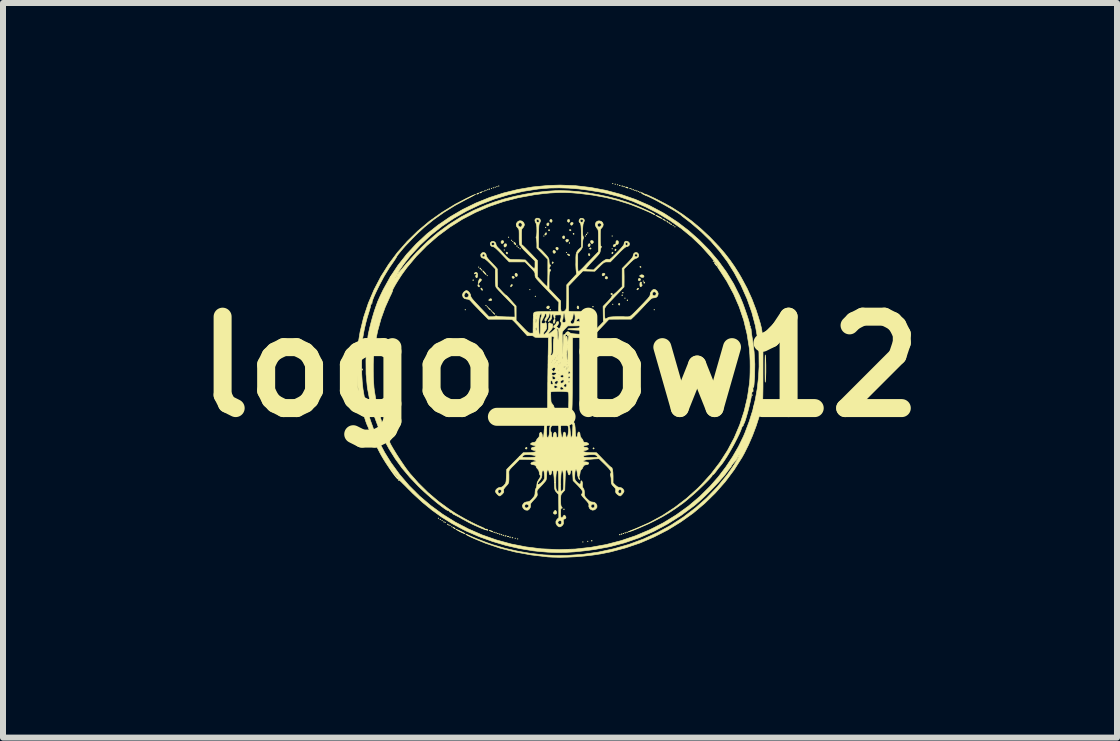
<source format=kicad_pcb>
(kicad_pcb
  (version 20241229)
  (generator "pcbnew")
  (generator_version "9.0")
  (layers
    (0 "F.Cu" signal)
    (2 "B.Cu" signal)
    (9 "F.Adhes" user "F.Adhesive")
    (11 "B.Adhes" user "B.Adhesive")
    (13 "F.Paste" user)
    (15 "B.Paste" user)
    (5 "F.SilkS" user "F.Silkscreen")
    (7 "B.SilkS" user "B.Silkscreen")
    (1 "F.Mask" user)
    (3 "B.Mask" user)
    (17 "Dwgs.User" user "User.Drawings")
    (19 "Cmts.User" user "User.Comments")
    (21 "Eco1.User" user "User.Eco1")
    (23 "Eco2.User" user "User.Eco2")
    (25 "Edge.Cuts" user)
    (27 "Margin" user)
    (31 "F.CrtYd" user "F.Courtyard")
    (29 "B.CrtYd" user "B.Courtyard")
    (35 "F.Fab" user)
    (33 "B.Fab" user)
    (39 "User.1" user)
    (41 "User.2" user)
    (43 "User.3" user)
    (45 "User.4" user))
  (footprint "logo_bw12"
    (layer "F.Cu")
    (at 6.285 3.063)
    (property "Reference" "logo_bw12" (at 0 0 0) (layer "F.SilkS") (effects (font (size 1.524 1.524) (thickness 0.3))))
    (attr through_hole)
    (fp_poly (pts (xy -2.682 1.895) (xy -2.687 1.9) (xy -2.692 1.895) (xy -2.687 1.89) (xy -2.682 1.895)) (stroke (width 0.01) (type solid)) (fill yes) (layer "F.SilkS"))
    (fp_poly (pts (xy -2.022 2.525) (xy -2.027 2.53) (xy -2.032 2.525) (xy -2.027 2.52) (xy -2.022 2.525)) (stroke (width 0.01) (type solid)) (fill yes) (layer "F.SilkS"))
    (fp_poly (pts (xy -1.991 2.545) (xy -1.996 2.55) (xy -2.002 2.545) (xy -1.996 2.54) (xy -1.991 2.545)) (stroke (width 0.01) (type solid)) (fill yes) (layer "F.SilkS"))
    (fp_poly (pts (xy -1.961 2.565) (xy -1.966 2.57) (xy -1.971 2.565) (xy -1.966 2.56) (xy -1.961 2.565)) (stroke (width 0.01) (type solid)) (fill yes) (layer "F.SilkS"))
    (fp_poly (pts (xy -1.93 2.586) (xy -1.935 2.591) (xy -1.941 2.586) (xy -1.935 2.581) (xy -1.93 2.586)) (stroke (width 0.01) (type solid)) (fill yes) (layer "F.SilkS"))
    (fp_poly (pts (xy -1.91 2.596) (xy -1.915 2.601) (xy -1.92 2.596) (xy -1.915 2.591) (xy -1.91 2.596)) (stroke (width 0.01) (type solid)) (fill yes) (layer "F.SilkS"))
    (fp_poly (pts (xy -1.869 2.626) (xy -1.875 2.631) (xy -1.88 2.626) (xy -1.875 2.621) (xy -1.869 2.626)) (stroke (width 0.01) (type solid)) (fill yes) (layer "F.SilkS"))
    (fp_poly (pts (xy -1.849 2.637) (xy -1.854 2.642) (xy -1.859 2.637) (xy -1.854 2.631) (xy -1.849 2.637)) (stroke (width 0.01) (type solid)) (fill yes) (layer "F.SilkS"))
    (fp_poly (pts (xy -1.829 2.647) (xy -1.834 2.652) (xy -1.839 2.647) (xy -1.834 2.642) (xy -1.829 2.647)) (stroke (width 0.01) (type solid)) (fill yes) (layer "F.SilkS"))
    (fp_poly (pts (xy -1.798 2.667) (xy -1.803 2.672) (xy -1.808 2.667) (xy -1.803 2.662) (xy -1.798 2.667)) (stroke (width 0.01) (type solid)) (fill yes) (layer "F.SilkS"))
    (fp_poly (pts (xy -1.575 -0.95) (xy -1.58 -0.945) (xy -1.585 -0.95) (xy -1.58 -0.955) (xy -1.575 -0.95)) (stroke (width 0.01) (type solid)) (fill yes) (layer "F.SilkS"))
    (fp_poly (pts (xy -1.351 -1.661) (xy -1.356 -1.656) (xy -1.361 -1.661) (xy -1.356 -1.666) (xy -1.351 -1.661)) (stroke (width 0.01) (type solid)) (fill yes) (layer "F.SilkS"))
    (fp_poly (pts (xy -1.28 -2.921) (xy -1.285 -2.916) (xy -1.29 -2.921) (xy -1.285 -2.926) (xy -1.28 -2.921)) (stroke (width 0.01) (type solid)) (fill yes) (layer "F.SilkS"))
    (fp_poly (pts (xy -1.25 -2.931) (xy -1.255 -2.926) (xy -1.26 -2.931) (xy -1.255 -2.936) (xy -1.25 -2.931)) (stroke (width 0.01) (type solid)) (fill yes) (layer "F.SilkS"))
    (fp_poly (pts (xy -1.229 -2.941) (xy -1.234 -2.936) (xy -1.24 -2.941) (xy -1.234 -2.946) (xy -1.229 -2.941)) (stroke (width 0.01) (type solid)) (fill yes) (layer "F.SilkS"))
    (fp_poly (pts (xy -1.229 -1.021) (xy -1.234 -1.016) (xy -1.24 -1.021) (xy -1.234 -1.026) (xy -1.229 -1.021)) (stroke (width 0.01) (type solid)) (fill yes) (layer "F.SilkS"))
    (fp_poly (pts (xy -1.209 -1.519) (xy -1.214 -1.514) (xy -1.219 -1.519) (xy -1.214 -1.524) (xy -1.209 -1.519)) (stroke (width 0.01) (type solid)) (fill yes) (layer "F.SilkS"))
    (fp_poly (pts (xy -1.209 -1.001) (xy -1.214 -0.996) (xy -1.219 -1.001) (xy -1.214 -1.006) (xy -1.209 -1.001)) (stroke (width 0.01) (type solid)) (fill yes) (layer "F.SilkS"))
    (fp_poly (pts (xy -1.199 -2.951) (xy -1.204 -2.946) (xy -1.209 -2.951) (xy -1.204 -2.957) (xy -1.199 -2.951)) (stroke (width 0.01) (type solid)) (fill yes) (layer "F.SilkS"))
    (fp_poly (pts (xy -1.138 -2.972) (xy -1.143 -2.967) (xy -1.148 -2.972) (xy -1.143 -2.977) (xy -1.138 -2.972)) (stroke (width 0.01) (type solid)) (fill yes) (layer "F.SilkS"))
    (fp_poly (pts (xy -1.138 -0.93) (xy -1.143 -0.925) (xy -1.148 -0.93) (xy -1.143 -0.935) (xy -1.138 -0.93)) (stroke (width 0.01) (type solid)) (fill yes) (layer "F.SilkS"))
    (fp_poly (pts (xy -1.107 -2.982) (xy -1.113 -2.977) (xy -1.118 -2.982) (xy -1.113 -2.987) (xy -1.107 -2.982)) (stroke (width 0.01) (type solid)) (fill yes) (layer "F.SilkS"))
    (fp_poly (pts (xy -1.077 -2.992) (xy -1.082 -2.987) (xy -1.087 -2.992) (xy -1.082 -2.997) (xy -1.077 -2.992)) (stroke (width 0.01) (type solid)) (fill yes) (layer "F.SilkS"))
    (fp_poly (pts (xy -1.046 -3.002) (xy -1.052 -2.997) (xy -1.057 -3.002) (xy -1.052 -3.007) (xy -1.046 -3.002)) (stroke (width 0.01) (type solid)) (fill yes) (layer "F.SilkS"))
    (fp_poly (pts (xy -1.016 -3.012) (xy -1.021 -3.007) (xy -1.026 -3.012) (xy -1.021 -3.018) (xy -1.016 -3.012)) (stroke (width 0.01) (type solid)) (fill yes) (layer "F.SilkS"))
    (fp_poly (pts (xy -0.925 -1.946) (xy -0.93 -1.941) (xy -0.935 -1.946) (xy -0.93 -1.951) (xy -0.925 -1.946)) (stroke (width 0.01) (type solid)) (fill yes) (layer "F.SilkS"))
    (fp_poly (pts (xy -0.853 -2.159) (xy -0.859 -2.154) (xy -0.864 -2.159) (xy -0.859 -2.164) (xy -0.853 -2.159)) (stroke (width 0.01) (type solid)) (fill yes) (layer "F.SilkS"))
    (fp_poly (pts (xy -0.803 -2.108) (xy -0.808 -2.103) (xy -0.813 -2.108) (xy -0.808 -2.113) (xy -0.803 -2.108)) (stroke (width 0.01) (type solid)) (fill yes) (layer "F.SilkS"))
    (fp_poly (pts (xy -0.782 -2.088) (xy -0.787 -2.083) (xy -0.792 -2.088) (xy -0.787 -2.093) (xy -0.782 -2.088)) (stroke (width 0.01) (type solid)) (fill yes) (layer "F.SilkS"))
    (fp_poly (pts (xy -0.742 2.86) (xy -0.747 2.865) (xy -0.752 2.86) (xy -0.747 2.855) (xy -0.742 2.86)) (stroke (width 0.01) (type solid)) (fill yes) (layer "F.SilkS"))
    (fp_poly (pts (xy -0.701 2.87) (xy -0.706 2.875) (xy -0.711 2.87) (xy -0.706 2.865) (xy -0.701 2.87)) (stroke (width 0.01) (type solid)) (fill yes) (layer "F.SilkS"))
    (fp_poly (pts (xy -0.691 -1.986) (xy -0.696 -1.981) (xy -0.701 -1.986) (xy -0.696 -1.991) (xy -0.691 -1.986)) (stroke (width 0.01) (type solid)) (fill yes) (layer "F.SilkS"))
    (fp_poly (pts (xy -0.66 -1.966) (xy -0.665 -1.961) (xy -0.671 -1.966) (xy -0.665 -1.971) (xy -0.66 -1.966)) (stroke (width 0.01) (type solid)) (fill yes) (layer "F.SilkS"))
    (fp_poly (pts (xy -0.498 -1.285) (xy -0.503 -1.28) (xy -0.508 -1.285) (xy -0.503 -1.29) (xy -0.498 -1.285)) (stroke (width 0.01) (type solid)) (fill yes) (layer "F.SilkS"))
    (fp_poly (pts (xy -0.406 -1.173) (xy -0.411 -1.168) (xy -0.417 -1.173) (xy -0.411 -1.179) (xy -0.406 -1.173)) (stroke (width 0.01) (type solid)) (fill yes) (layer "F.SilkS"))
    (fp_poly (pts (xy -0.274 0.889) (xy -0.279 0.894) (xy -0.284 0.889) (xy -0.279 0.884) (xy -0.274 0.889)) (stroke (width 0.01) (type solid)) (fill yes) (layer "F.SilkS"))
    (fp_poly (pts (xy -0.264 -2.179) (xy -0.269 -2.174) (xy -0.274 -2.179) (xy -0.269 -2.184) (xy -0.264 -2.179)) (stroke (width 0.01) (type solid)) (fill yes) (layer "F.SilkS"))
    (fp_poly (pts (xy -0.234 -2.322) (xy -0.239 -2.316) (xy -0.244 -2.322) (xy -0.239 -2.327) (xy -0.234 -2.322)) (stroke (width 0.01) (type solid)) (fill yes) (layer "F.SilkS"))
    (fp_poly (pts (xy 0.112 -1.905) (xy 0.107 -1.9) (xy 0.102 -1.905) (xy 0.107 -1.91) (xy 0.112 -1.905)) (stroke (width 0.01) (type solid)) (fill yes) (layer "F.SilkS"))
    (fp_poly (pts (xy 0.386 2.921) (xy 0.381 2.926) (xy 0.376 2.921) (xy 0.381 2.916) (xy 0.386 2.921)) (stroke (width 0.01) (type solid)) (fill yes) (layer "F.SilkS"))
    (fp_poly (pts (xy 0.427 -2.179) (xy 0.422 -2.174) (xy 0.417 -2.179) (xy 0.422 -2.184) (xy 0.427 -2.179)) (stroke (width 0.01) (type solid)) (fill yes) (layer "F.SilkS"))
    (fp_poly (pts (xy 0.467 -2.23) (xy 0.462 -2.225) (xy 0.457 -2.23) (xy 0.462 -2.235) (xy 0.467 -2.23)) (stroke (width 0.01) (type solid)) (fill yes) (layer "F.SilkS"))
    (fp_poly (pts (xy 0.467 2.911) (xy 0.462 2.916) (xy 0.457 2.911) (xy 0.462 2.906) (xy 0.467 2.911)) (stroke (width 0.01) (type solid)) (fill yes) (layer "F.SilkS"))
    (fp_poly (pts (xy 0.874 -2.179) (xy 0.869 -2.174) (xy 0.864 -2.179) (xy 0.869 -2.184) (xy 0.874 -2.179)) (stroke (width 0.01) (type solid)) (fill yes) (layer "F.SilkS"))
    (fp_poly (pts (xy 0.874 -1.966) (xy 0.869 -1.961) (xy 0.864 -1.966) (xy 0.869 -1.971) (xy 0.874 -1.966)) (stroke (width 0.01) (type solid)) (fill yes) (layer "F.SilkS"))
    (fp_poly (pts (xy 0.884 -3.053) (xy 0.879 -3.048) (xy 0.874 -3.053) (xy 0.879 -3.058) (xy 0.884 -3.053)) (stroke (width 0.01) (type solid)) (fill yes) (layer "F.SilkS"))
    (fp_poly (pts (xy 0.884 -1.041) (xy 0.879 -1.036) (xy 0.874 -1.041) (xy 0.879 -1.046) (xy 0.884 -1.041)) (stroke (width 0.01) (type solid)) (fill yes) (layer "F.SilkS"))
    (fp_poly (pts (xy 0.925 -3.043) (xy 0.919 -3.038) (xy 0.914 -3.043) (xy 0.919 -3.048) (xy 0.925 -3.043)) (stroke (width 0.01) (type solid)) (fill yes) (layer "F.SilkS"))
    (fp_poly (pts (xy 0.965 -3.033) (xy 0.96 -3.028) (xy 0.955 -3.033) (xy 0.96 -3.038) (xy 0.965 -3.033)) (stroke (width 0.01) (type solid)) (fill yes) (layer "F.SilkS"))
    (fp_poly (pts (xy 1.087 -1.143) (xy 1.082 -1.138) (xy 1.077 -1.143) (xy 1.082 -1.148) (xy 1.087 -1.143)) (stroke (width 0.01) (type solid)) (fill yes) (layer "F.SilkS"))
    (fp_poly (pts (xy 1.199 -2.962) (xy 1.194 -2.957) (xy 1.189 -2.962) (xy 1.194 -2.967) (xy 1.199 -2.962)) (stroke (width 0.01) (type solid)) (fill yes) (layer "F.SilkS"))
    (fp_poly (pts (xy 1.311 -2.921) (xy 1.306 -2.916) (xy 1.3 -2.921) (xy 1.306 -2.926) (xy 1.311 -2.921)) (stroke (width 0.01) (type solid)) (fill yes) (layer "F.SilkS"))
    (fp_poly (pts (xy 1.392 -1.427) (xy 1.387 -1.422) (xy 1.382 -1.427) (xy 1.387 -1.433) (xy 1.392 -1.427)) (stroke (width 0.01) (type solid)) (fill yes) (layer "F.SilkS"))
    (fp_poly (pts (xy 1.575 -0.95) (xy 1.57 -0.945) (xy 1.565 -0.95) (xy 1.57 -0.955) (xy 1.575 -0.95)) (stroke (width 0.01) (type solid)) (fill yes) (layer "F.SilkS"))
    (fp_poly (pts (xy 1.768 -2.433) (xy 1.763 -2.428) (xy 1.758 -2.433) (xy 1.763 -2.438) (xy 1.768 -2.433)) (stroke (width 0.01) (type solid)) (fill yes) (layer "F.SilkS"))
    (fp_poly (pts (xy 1.89 -2.352) (xy 1.885 -2.347) (xy 1.88 -2.352) (xy 1.885 -2.357) (xy 1.89 -2.352)) (stroke (width 0.01) (type solid)) (fill yes) (layer "F.SilkS"))
    (fp_poly (pts (xy 1.92 -2.332) (xy 1.915 -2.327) (xy 1.91 -2.332) (xy 1.915 -2.337) (xy 1.92 -2.332)) (stroke (width 0.01) (type solid)) (fill yes) (layer "F.SilkS"))
    (fp_poly (pts (xy 2.56 -1.753) (xy 2.555 -1.748) (xy 2.55 -1.753) (xy 2.555 -1.758) (xy 2.56 -1.753)) (stroke (width 0.01) (type solid)) (fill yes) (layer "F.SilkS"))
    (fp_poly (pts (xy 3.211 0.472) (xy 3.205 0.478) (xy 3.2 0.472) (xy 3.205 0.467) (xy 3.211 0.472)) (stroke (width 0.01) (type solid)) (fill yes) (layer "F.SilkS"))
    (fp_poly (pts (xy -3.295 0.039) (xy -3.294 0.055) (xy -3.296 0.058) (xy -3.3 0.055) (xy -3.301 0.045) (xy -3.299 0.034) (xy -3.295 0.039)) (stroke (width 0.01) (type solid)) (fill yes) (layer "F.SilkS"))
    (fp_poly (pts (xy -1.446 -1.449) (xy -1.445 -1.437) (xy -1.446 -1.436) (xy -1.452 -1.437) (xy -1.453 -1.443) (xy -1.449 -1.451) (xy -1.446 -1.449)) (stroke (width 0.01) (type solid)) (fill yes) (layer "F.SilkS"))
    (fp_poly (pts (xy -1.304 -1.622) (xy -1.303 -1.61) (xy -1.304 -1.609) (xy -1.31 -1.61) (xy -1.311 -1.615) (xy -1.307 -1.624) (xy -1.304 -1.622)) (stroke (width 0.01) (type solid)) (fill yes) (layer "F.SilkS"))
    (fp_poly (pts (xy -1.172 -2.963) (xy -1.173 -2.957) (xy -1.179 -2.957) (xy -1.187 -2.96) (xy -1.185 -2.963) (xy -1.173 -2.965) (xy -1.172 -2.963)) (stroke (width 0.01) (type solid)) (fill yes) (layer "F.SilkS"))
    (fp_poly (pts (xy -1.091 2.757) (xy -1.092 2.763) (xy -1.097 2.764) (xy -1.106 2.76) (xy -1.104 2.757) (xy -1.092 2.756) (xy -1.091 2.757)) (stroke (width 0.01) (type solid)) (fill yes) (layer "F.SilkS"))
    (fp_poly (pts (xy -1.06 2.767) (xy -1.061 2.773) (xy -1.067 2.774) (xy -1.075 2.77) (xy -1.074 2.767) (xy -1.062 2.766) (xy -1.06 2.767)) (stroke (width 0.01) (type solid)) (fill yes) (layer "F.SilkS"))
    (fp_poly (pts (xy -1.03 2.777) (xy -1.031 2.783) (xy -1.036 2.784) (xy -1.045 2.78) (xy -1.043 2.777) (xy -1.031 2.776) (xy -1.03 2.777)) (stroke (width 0.01) (type solid)) (fill yes) (layer "F.SilkS"))
    (fp_poly (pts (xy -0.999 2.787) (xy -1 2.793) (xy -1.006 2.794) (xy -1.014 2.79) (xy -1.013 2.787) (xy -1.001 2.786) (xy -0.999 2.787)) (stroke (width 0.01) (type solid)) (fill yes) (layer "F.SilkS"))
    (fp_poly (pts (xy -0.969 2.797) (xy -0.97 2.803) (xy -0.975 2.804) (xy -0.984 2.8) (xy -0.982 2.797) (xy -0.97 2.796) (xy -0.969 2.797)) (stroke (width 0.01) (type solid)) (fill yes) (layer "F.SilkS"))
    (fp_poly (pts (xy -0.938 2.808) (xy -0.94 2.814) (xy -0.945 2.814) (xy -0.953 2.811) (xy -0.952 2.808) (xy -0.94 2.806) (xy -0.938 2.808)) (stroke (width 0.01) (type solid)) (fill yes) (layer "F.SilkS"))
    (fp_poly (pts (xy -0.897 2.818) (xy -0.9 2.823) (xy -0.91 2.824) (xy -0.921 2.821) (xy -0.916 2.818) (xy -0.9 2.816) (xy -0.897 2.818)) (stroke (width 0.01) (type solid)) (fill yes) (layer "F.SilkS"))
    (fp_poly (pts (xy -0.856 2.829) (xy -0.859 2.833) (xy -0.87 2.834) (xy -0.88 2.831) (xy -0.876 2.828) (xy -0.86 2.826) (xy -0.856 2.829)) (stroke (width 0.01) (type solid)) (fill yes) (layer "F.SilkS"))
    (fp_poly (pts (xy -0.826 2.838) (xy -0.828 2.844) (xy -0.833 2.845) (xy -0.841 2.841) (xy -0.84 2.838) (xy -0.828 2.837) (xy -0.826 2.838)) (stroke (width 0.01) (type solid)) (fill yes) (layer "F.SilkS"))
    (fp_poly (pts (xy -0.786 2.848) (xy -0.787 2.854) (xy -0.792 2.855) (xy -0.801 2.851) (xy -0.799 2.848) (xy -0.787 2.847) (xy -0.786 2.848)) (stroke (width 0.01) (type solid)) (fill yes) (layer "F.SilkS"))
    (fp_poly (pts (xy -0.715 -2.018) (xy -0.713 -2.006) (xy -0.715 -2.005) (xy -0.721 -2.006) (xy -0.721 -2.012) (xy -0.718 -2.02) (xy -0.715 -2.018)) (stroke (width 0.01) (type solid)) (fill yes) (layer "F.SilkS"))
    (fp_poly (pts (xy -0.156 -0.952) (xy -0.157 -0.946) (xy -0.163 -0.945) (xy -0.171 -0.949) (xy -0.169 -0.952) (xy -0.157 -0.953) (xy -0.156 -0.952)) (stroke (width 0.01) (type solid)) (fill yes) (layer "F.SilkS"))
    (fp_poly (pts (xy 0.068 2.371) (xy 0.069 2.383) (xy 0.068 2.384) (xy 0.062 2.383) (xy 0.061 2.377) (xy 0.065 2.369) (xy 0.068 2.371)) (stroke (width 0.01) (type solid)) (fill yes) (layer "F.SilkS"))
    (fp_poly (pts (xy 0.159 -2.069) (xy 0.16 -2.057) (xy 0.159 -2.056) (xy 0.153 -2.057) (xy 0.152 -2.062) (xy 0.156 -2.071) (xy 0.159 -2.069)) (stroke (width 0.01) (type solid)) (fill yes) (layer "F.SilkS"))
    (fp_poly (pts (xy 0.444 -2.211) (xy 0.445 -2.199) (xy 0.444 -2.198) (xy 0.438 -2.199) (xy 0.437 -2.205) (xy 0.441 -2.213) (xy 0.444 -2.211)) (stroke (width 0.01) (type solid)) (fill yes) (layer "F.SilkS"))
    (fp_poly (pts (xy 0.535 2.899) (xy 0.534 2.905) (xy 0.528 2.906) (xy 0.52 2.902) (xy 0.522 2.899) (xy 0.534 2.898) (xy 0.535 2.899)) (stroke (width 0.01) (type solid)) (fill yes) (layer "F.SilkS"))
    (fp_poly (pts (xy 0.555 -1.002) (xy 0.554 -0.996) (xy 0.549 -0.996) (xy 0.54 -0.999) (xy 0.542 -1.002) (xy 0.554 -1.004) (xy 0.555 -1.002)) (stroke (width 0.01) (type solid)) (fill yes) (layer "F.SilkS"))
    (fp_poly (pts (xy 1.002 -3.024) (xy 1.001 -3.018) (xy 0.996 -3.018) (xy 0.987 -3.021) (xy 0.989 -3.024) (xy 1.001 -3.026) (xy 1.002 -3.024)) (stroke (width 0.01) (type solid)) (fill yes) (layer "F.SilkS"))
    (fp_poly (pts (xy 1.002 2.797) (xy 1.001 2.803) (xy 0.996 2.804) (xy 0.987 2.8) (xy 0.989 2.797) (xy 1.001 2.796) (xy 1.002 2.797)) (stroke (width 0.01) (type solid)) (fill yes) (layer "F.SilkS"))
    (fp_poly (pts (xy 1.033 2.787) (xy 1.032 2.793) (xy 1.026 2.794) (xy 1.018 2.79) (xy 1.019 2.787) (xy 1.031 2.786) (xy 1.033 2.787)) (stroke (width 0.01) (type solid)) (fill yes) (layer "F.SilkS"))
    (fp_poly (pts (xy 1.043 -3.014) (xy 1.042 -3.008) (xy 1.036 -3.007) (xy 1.028 -3.011) (xy 1.03 -3.014) (xy 1.042 -3.015) (xy 1.043 -3.014)) (stroke (width 0.01) (type solid)) (fill yes) (layer "F.SilkS"))
    (fp_poly (pts (xy 1.043 -1.195) (xy 1.042 -1.189) (xy 1.036 -1.189) (xy 1.028 -1.192) (xy 1.03 -1.195) (xy 1.042 -1.197) (xy 1.043 -1.195)) (stroke (width 0.01) (type solid)) (fill yes) (layer "F.SilkS"))
    (fp_poly (pts (xy 1.053 -1.236) (xy 1.052 -1.23) (xy 1.046 -1.229) (xy 1.038 -1.233) (xy 1.04 -1.236) (xy 1.052 -1.237) (xy 1.053 -1.236)) (stroke (width 0.01) (type solid)) (fill yes) (layer "F.SilkS"))
    (fp_poly (pts (xy 1.063 2.777) (xy 1.062 2.783) (xy 1.057 2.784) (xy 1.048 2.78) (xy 1.05 2.777) (xy 1.062 2.776) (xy 1.063 2.777)) (stroke (width 0.01) (type solid)) (fill yes) (layer "F.SilkS"))
    (fp_poly (pts (xy 1.074 -3.004) (xy 1.072 -2.998) (xy 1.067 -2.997) (xy 1.058 -3.001) (xy 1.06 -3.004) (xy 1.072 -3.005) (xy 1.074 -3.004)) (stroke (width 0.01) (type solid)) (fill yes) (layer "F.SilkS"))
    (fp_poly (pts (xy 1.094 2.767) (xy 1.092 2.773) (xy 1.087 2.774) (xy 1.079 2.77) (xy 1.08 2.767) (xy 1.092 2.766) (xy 1.094 2.767)) (stroke (width 0.01) (type solid)) (fill yes) (layer "F.SilkS"))
    (fp_poly (pts (xy 1.124 -1.114) (xy 1.126 -1.102) (xy 1.124 -1.101) (xy 1.118 -1.102) (xy 1.118 -1.107) (xy 1.121 -1.116) (xy 1.124 -1.114)) (stroke (width 0.01) (type solid)) (fill yes) (layer "F.SilkS"))
    (fp_poly (pts (xy 1.124 2.757) (xy 1.123 2.763) (xy 1.118 2.764) (xy 1.109 2.76) (xy 1.111 2.757) (xy 1.123 2.756) (xy 1.124 2.757)) (stroke (width 0.01) (type solid)) (fill yes) (layer "F.SilkS"))
    (fp_poly (pts (xy 1.175 -2.973) (xy 1.174 -2.967) (xy 1.168 -2.967) (xy 1.16 -2.97) (xy 1.162 -2.973) (xy 1.174 -2.975) (xy 1.175 -2.973)) (stroke (width 0.01) (type solid)) (fill yes) (layer "F.SilkS"))
    (fp_poly (pts (xy 1.226 -2.953) (xy 1.225 -2.947) (xy 1.219 -2.946) (xy 1.211 -2.95) (xy 1.212 -2.953) (xy 1.224 -2.954) (xy 1.226 -2.953)) (stroke (width 0.01) (type solid)) (fill yes) (layer "F.SilkS"))
    (fp_poly (pts (xy 1.256 -2.943) (xy 1.255 -2.937) (xy 1.25 -2.936) (xy 1.241 -2.94) (xy 1.243 -2.943) (xy 1.255 -2.944) (xy 1.256 -2.943)) (stroke (width 0.01) (type solid)) (fill yes) (layer "F.SilkS"))
    (fp_poly (pts (xy 1.287 -2.933) (xy 1.286 -2.927) (xy 1.28 -2.926) (xy 1.272 -2.93) (xy 1.273 -2.933) (xy 1.285 -2.934) (xy 1.287 -2.933)) (stroke (width 0.01) (type solid)) (fill yes) (layer "F.SilkS"))
    (fp_poly (pts (xy 1.338 -2.913) (xy 1.336 -2.906) (xy 1.331 -2.906) (xy 1.323 -2.909) (xy 1.324 -2.913) (xy 1.336 -2.914) (xy 1.338 -2.913)) (stroke (width 0.01) (type solid)) (fill yes) (layer "F.SilkS"))
    (fp_poly (pts (xy -1.181 -0.971) (xy -1.162 -0.953) (xy -1.159 -0.945) (xy -1.162 -0.945) (xy -1.17 -0.952) (xy -1.185 -0.968) (xy -1.204 -0.991) (xy -1.181 -0.971)) (stroke (width 0.01) (type solid)) (fill yes) (layer "F.SilkS"))
    (fp_poly (pts (xy -1.11 -0.9) (xy -1.091 -0.882) (xy -1.088 -0.874) (xy -1.091 -0.874) (xy -1.099 -0.881) (xy -1.113 -0.897) (xy -1.133 -0.919) (xy -1.11 -0.9)) (stroke (width 0.01) (type solid)) (fill yes) (layer "F.SilkS"))
    (fp_poly (pts (xy -0.549 1.356) (xy -0.557 1.37) (xy -0.565 1.372) (xy -0.577 1.366) (xy -0.577 1.36) (xy -0.567 1.346) (xy -0.555 1.344) (xy -0.549 1.356)) (stroke (width 0.01) (type solid)) (fill yes) (layer "F.SilkS"))
    (fp_poly (pts (xy 1.787 -2.424) (xy 1.797 -2.414) (xy 1.795 -2.408) (xy 1.794 -2.408) (xy 1.785 -2.415) (xy 1.782 -2.42) (xy 1.781 -2.427) (xy 1.787 -2.424)) (stroke (width 0.01) (type solid)) (fill yes) (layer "F.SilkS"))
    (fp_poly (pts (xy 1.817 -2.404) (xy 1.828 -2.394) (xy 1.826 -2.388) (xy 1.824 -2.388) (xy 1.816 -2.395) (xy 1.813 -2.399) (xy 1.811 -2.406) (xy 1.817 -2.404)) (stroke (width 0.01) (type solid)) (fill yes) (layer "F.SilkS"))
    (fp_poly (pts (xy 1.848 -2.383) (xy 1.858 -2.373) (xy 1.856 -2.367) (xy 1.855 -2.367) (xy 1.846 -2.374) (xy 1.843 -2.379) (xy 1.842 -2.386) (xy 1.848 -2.383)) (stroke (width 0.01) (type solid)) (fill yes) (layer "F.SilkS"))
    (fp_poly (pts (xy -1.783 2.676) (xy -1.77 2.682) (xy -1.753 2.692) (xy -1.748 2.698) (xy -1.751 2.702) (xy -1.763 2.695) (xy -1.774 2.687) (xy -1.787 2.676) (xy -1.783 2.676)) (stroke (width 0.01) (type solid)) (fill yes) (layer "F.SilkS"))
    (fp_poly (pts (xy -1.355 -2.891) (xy -1.361 -2.885) (xy -1.38 -2.877) (xy -1.387 -2.876) (xy -1.389 -2.88) (xy -1.382 -2.885) (xy -1.363 -2.894) (xy -1.356 -2.895) (xy -1.355 -2.891)) (stroke (width 0.01) (type solid)) (fill yes) (layer "F.SilkS"))
    (fp_poly (pts (xy -1.351 -1.361) (xy -1.342 -1.34) (xy -1.348 -1.331) (xy -1.352 -1.331) (xy -1.364 -1.339) (xy -1.368 -1.347) (xy -1.37 -1.364) (xy -1.362 -1.37) (xy -1.351 -1.361)) (stroke (width 0.01) (type solid)) (fill yes) (layer "F.SilkS"))
    (fp_poly (pts (xy -1.321 -1.639) (xy -1.321 -1.636) (xy -1.324 -1.626) (xy -1.325 -1.626) (xy -1.334 -1.633) (xy -1.336 -1.636) (xy -1.335 -1.645) (xy -1.332 -1.646) (xy -1.321 -1.639)) (stroke (width 0.01) (type solid)) (fill yes) (layer "F.SilkS"))
    (fp_poly (pts (xy -1.304 -2.911) (xy -1.311 -2.906) (xy -1.329 -2.897) (xy -1.336 -2.896) (xy -1.338 -2.9) (xy -1.331 -2.906) (xy -1.312 -2.914) (xy -1.306 -2.916) (xy -1.304 -2.911)) (stroke (width 0.01) (type solid)) (fill yes) (layer "F.SilkS"))
    (fp_poly (pts (xy -0.875 -1.902) (xy -0.874 -1.895) (xy -0.879 -1.881) (xy -0.883 -1.88) (xy -0.894 -1.888) (xy -0.898 -1.895) (xy -0.896 -1.908) (xy -0.889 -1.91) (xy -0.875 -1.902)) (stroke (width 0.01) (type solid)) (fill yes) (layer "F.SilkS"))
    (fp_poly (pts (xy -0.795 -1.367) (xy -0.796 -1.356) (xy -0.806 -1.344) (xy -0.819 -1.332) (xy -0.823 -1.336) (xy -0.823 -1.343) (xy -0.817 -1.361) (xy -0.805 -1.37) (xy -0.795 -1.367)) (stroke (width 0.01) (type solid)) (fill yes) (layer "F.SilkS"))
    (fp_poly (pts (xy -0.225 -2.228) (xy -0.227 -2.21) (xy -0.237 -2.198) (xy -0.249 -2.195) (xy -0.254 -2.202) (xy -0.249 -2.217) (xy -0.244 -2.225) (xy -0.233 -2.234) (xy -0.225 -2.228)) (stroke (width 0.01) (type solid)) (fill yes) (layer "F.SilkS"))
    (fp_poly (pts (xy -0.173 -2.278) (xy -0.173 -2.276) (xy -0.18 -2.266) (xy -0.183 -2.266) (xy -0.193 -2.273) (xy -0.193 -2.276) (xy -0.185 -2.286) (xy -0.183 -2.286) (xy -0.173 -2.278)) (stroke (width 0.01) (type solid)) (fill yes) (layer "F.SilkS"))
    (fp_poly (pts (xy -0.112 -1.74) (xy -0.112 -1.738) (xy -0.119 -1.724) (xy -0.122 -1.722) (xy -0.131 -1.724) (xy -0.132 -1.732) (xy -0.127 -1.746) (xy -0.122 -1.748) (xy -0.112 -1.74)) (stroke (width 0.01) (type solid)) (fill yes) (layer "F.SilkS"))
    (fp_poly (pts (xy -0.034 -1.984) (xy -0.03 -1.972) (xy -0.036 -1.951) (xy -0.048 -1.946) (xy -0.059 -1.953) (xy -0.07 -1.972) (xy -0.066 -1.987) (xy -0.051 -1.991) (xy -0.034 -1.984)) (stroke (width 0.01) (type solid)) (fill yes) (layer "F.SilkS"))
    (fp_poly (pts (xy 0.139 -2.117) (xy 0.141 -2.101) (xy 0.128 -2.084) (xy 0.113 -2.078) (xy 0.102 -2.087) (xy 0.095 -2.106) (xy 0.105 -2.12) (xy 0.123 -2.123) (xy 0.139 -2.117)) (stroke (width 0.01) (type solid)) (fill yes) (layer "F.SilkS"))
    (fp_poly (pts (xy 0.181 -2.281) (xy 0.183 -2.276) (xy 0.176 -2.266) (xy 0.173 -2.266) (xy 0.16 -2.273) (xy 0.157 -2.276) (xy 0.16 -2.285) (xy 0.167 -2.286) (xy 0.181 -2.281)) (stroke (width 0.01) (type solid)) (fill yes) (layer "F.SilkS"))
    (fp_poly (pts (xy 0.233 -2.218) (xy 0.234 -2.215) (xy 0.23 -2.205) (xy 0.229 -2.205) (xy 0.221 -2.212) (xy 0.218 -2.215) (xy 0.219 -2.224) (xy 0.223 -2.225) (xy 0.233 -2.218)) (stroke (width 0.01) (type solid)) (fill yes) (layer "F.SilkS"))
    (fp_poly (pts (xy 0.31 -1) (xy 0.313 -0.987) (xy 0.31 -0.969) (xy 0.3 -0.965) (xy 0.287 -0.974) (xy 0.284 -0.991) (xy 0.289 -1.01) (xy 0.3 -1.013) (xy 0.31 -1)) (stroke (width 0.01) (type solid)) (fill yes) (layer "F.SilkS"))
    (fp_poly (pts (xy 0.489 -1.884) (xy 0.497 -1.871) (xy 0.496 -1.856) (xy 0.489 -1.849) (xy 0.478 -1.857) (xy 0.474 -1.863) (xy 0.473 -1.88) (xy 0.483 -1.886) (xy 0.489 -1.884)) (stroke (width 0.01) (type solid)) (fill yes) (layer "F.SilkS"))
    (fp_poly (pts (xy 0.518 -1.973) (xy 0.518 -1.971) (xy 0.51 -1.962) (xy 0.502 -1.961) (xy 0.492 -1.966) (xy 0.493 -1.971) (xy 0.506 -1.981) (xy 0.509 -1.981) (xy 0.518 -1.973)) (stroke (width 0.01) (type solid)) (fill yes) (layer "F.SilkS"))
    (fp_poly (pts (xy 0.545 -0.644) (xy 0.544 -0.64) (xy 0.534 -0.63) (xy 0.533 -0.63) (xy 0.528 -0.638) (xy 0.528 -0.64) (xy 0.536 -0.65) (xy 0.539 -0.65) (xy 0.545 -0.644)) (stroke (width 0.01) (type solid)) (fill yes) (layer "F.SilkS"))
    (fp_poly (pts (xy 0.569 1.359) (xy 0.569 1.361) (xy 0.561 1.371) (xy 0.559 1.372) (xy 0.549 1.364) (xy 0.549 1.361) (xy 0.556 1.352) (xy 0.559 1.351) (xy 0.569 1.359)) (stroke (width 0.01) (type solid)) (fill yes) (layer "F.SilkS"))
    (fp_poly (pts (xy 0.789 -1.496) (xy 0.792 -1.483) (xy 0.785 -1.466) (xy 0.772 -1.463) (xy 0.755 -1.47) (xy 0.752 -1.483) (xy 0.759 -1.5) (xy 0.772 -1.504) (xy 0.789 -1.496)) (stroke (width 0.01) (type solid)) (fill yes) (layer "F.SilkS"))
    (fp_poly (pts (xy 0.867 -1.222) (xy 0.874 -1.208) (xy 0.867 -1.199) (xy 0.864 -1.199) (xy 0.85 -1.206) (xy 0.849 -1.208) (xy 0.849 -1.22) (xy 0.86 -1.226) (xy 0.867 -1.222)) (stroke (width 0.01) (type solid)) (fill yes) (layer "F.SilkS"))
    (fp_poly (pts (xy 0.884 -1.903) (xy 0.884 -1.901) (xy 0.877 -1.887) (xy 0.874 -1.885) (xy 0.865 -1.887) (xy 0.864 -1.894) (xy 0.869 -1.908) (xy 0.874 -1.91) (xy 0.884 -1.903)) (stroke (width 0.01) (type solid)) (fill yes) (layer "F.SilkS"))
    (fp_poly (pts (xy 0.934 -1.954) (xy 0.935 -1.951) (xy 0.927 -1.938) (xy 0.925 -1.935) (xy 0.916 -1.938) (xy 0.914 -1.945) (xy 0.92 -1.959) (xy 0.925 -1.961) (xy 0.934 -1.954)) (stroke (width 0.01) (type solid)) (fill yes) (layer "F.SilkS"))
    (fp_poly (pts (xy 0.995 -1.048) (xy 0.996 -1.041) (xy 0.99 -1.028) (xy 0.986 -1.026) (xy 0.977 -1.034) (xy 0.975 -1.041) (xy 0.981 -1.055) (xy 0.986 -1.057) (xy 0.995 -1.048)) (stroke (width 0.01) (type solid)) (fill yes) (layer "F.SilkS"))
    (fp_poly (pts (xy 1.119 -2.992) (xy 1.128 -2.987) (xy 1.136 -2.979) (xy 1.128 -2.978) (xy 1.109 -2.984) (xy 1.102 -2.987) (xy 1.091 -2.994) (xy 1.097 -2.996) (xy 1.119 -2.992)) (stroke (width 0.01) (type solid)) (fill yes) (layer "F.SilkS"))
    (fp_poly (pts (xy 1.309 -1.306) (xy 1.309 -1.3) (xy 1.296 -1.284) (xy 1.291 -1.282) (xy 1.282 -1.285) (xy 1.282 -1.291) (xy 1.295 -1.306) (xy 1.3 -1.309) (xy 1.309 -1.306)) (stroke (width 0.01) (type solid)) (fill yes) (layer "F.SilkS"))
    (fp_poly (pts (xy 1.338 -1.465) (xy 1.341 -1.453) (xy 1.334 -1.437) (xy 1.318 -1.433) (xy 1.306 -1.443) (xy 1.304 -1.46) (xy 1.317 -1.472) (xy 1.326 -1.473) (xy 1.338 -1.465)) (stroke (width 0.01) (type solid)) (fill yes) (layer "F.SilkS"))
    (fp_poly (pts (xy 1.341 -1.671) (xy 1.351 -1.662) (xy 1.351 -1.661) (xy 1.343 -1.656) (xy 1.341 -1.656) (xy 1.331 -1.664) (xy 1.331 -1.667) (xy 1.337 -1.673) (xy 1.341 -1.671)) (stroke (width 0.01) (type solid)) (fill yes) (layer "F.SilkS"))
    (fp_poly (pts (xy 1.412 -1.404) (xy 1.412 -1.402) (xy 1.404 -1.392) (xy 1.401 -1.392) (xy 1.395 -1.398) (xy 1.397 -1.402) (xy 1.406 -1.412) (xy 1.408 -1.412) (xy 1.412 -1.404)) (stroke (width 0.01) (type solid)) (fill yes) (layer "F.SilkS"))
    (fp_poly (pts (xy 1.712 -2.465) (xy 1.725 -2.459) (xy 1.742 -2.449) (xy 1.748 -2.443) (xy 1.744 -2.439) (xy 1.732 -2.446) (xy 1.722 -2.454) (xy 1.708 -2.465) (xy 1.712 -2.465)) (stroke (width 0.01) (type solid)) (fill yes) (layer "F.SilkS"))
    (fp_poly (pts (xy -1.302 -1.303) (xy -1.294 -1.287) (xy -1.293 -1.274) (xy -1.293 -1.274) (xy -1.302 -1.277) (xy -1.309 -1.282) (xy -1.32 -1.299) (xy -1.317 -1.309) (xy -1.312 -1.311) (xy -1.302 -1.303)) (stroke (width 0.01) (type solid)) (fill yes) (layer "F.SilkS"))
    (fp_poly (pts (xy -0.942 -2.096) (xy -0.939 -2.079) (xy -0.945 -2.067) (xy -0.963 -2.053) (xy -0.977 -2.059) (xy -0.982 -2.067) (xy -0.982 -2.089) (xy -0.968 -2.102) (xy -0.96 -2.103) (xy -0.942 -2.096)) (stroke (width 0.01) (type solid)) (fill yes) (layer "F.SilkS"))
    (fp_poly (pts (xy -0.89 -2.035) (xy -0.891 -2.023) (xy -0.902 -2.004) (xy -0.917 -1.995) (xy -0.929 -1.999) (xy -0.935 -2.016) (xy -0.931 -2.037) (xy -0.92 -2.048) (xy -0.899 -2.049) (xy -0.89 -2.035)) (stroke (width 0.01) (type solid)) (fill yes) (layer "F.SilkS"))
    (fp_poly (pts (xy -0.77 -1.503) (xy -0.762 -1.489) (xy -0.762 -1.487) (xy -0.769 -1.476) (xy -0.785 -1.474) (xy -0.798 -1.483) (xy -0.799 -1.5) (xy -0.798 -1.503) (xy -0.785 -1.509) (xy -0.77 -1.503)) (stroke (width 0.01) (type solid)) (fill yes) (layer "F.SilkS"))
    (fp_poly (pts (xy -0.75 -2.065) (xy -0.742 -2.052) (xy -0.737 -2.036) (xy -0.743 -2.034) (xy -0.759 -2.047) (xy -0.759 -2.047) (xy -0.771 -2.065) (xy -0.766 -2.072) (xy -0.762 -2.073) (xy -0.75 -2.065)) (stroke (width 0.01) (type solid)) (fill yes) (layer "F.SilkS"))
    (fp_poly (pts (xy -0.715 -1.546) (xy -0.711 -1.527) (xy -0.716 -1.51) (xy -0.727 -1.504) (xy -0.744 -1.512) (xy -0.748 -1.519) (xy -0.751 -1.541) (xy -0.742 -1.556) (xy -0.727 -1.558) (xy -0.715 -1.546)) (stroke (width 0.01) (type solid)) (fill yes) (layer "F.SilkS"))
    (fp_poly (pts (xy -0.185 -2.39) (xy -0.185 -2.376) (xy -0.193 -2.356) (xy -0.206 -2.349) (xy -0.218 -2.358) (xy -0.219 -2.361) (xy -0.22 -2.383) (xy -0.206 -2.396) (xy -0.197 -2.398) (xy -0.185 -2.39)) (stroke (width 0.01) (type solid)) (fill yes) (layer "F.SilkS"))
    (fp_poly (pts (xy -0.178 -0.999) (xy -0.18 -0.986) (xy -0.192 -0.968) (xy -0.209 -0.967) (xy -0.217 -0.972) (xy -0.223 -0.99) (xy -0.214 -1.006) (xy -0.207 -1.01) (xy -0.186 -1.012) (xy -0.178 -0.999)) (stroke (width 0.01) (type solid)) (fill yes) (layer "F.SilkS"))
    (fp_poly (pts (xy -0.084 -1.932) (xy -0.076 -1.915) (xy -0.077 -1.907) (xy -0.09 -1.892) (xy -0.106 -1.893) (xy -0.116 -1.906) (xy -0.118 -1.926) (xy -0.109 -1.939) (xy -0.104 -1.94) (xy -0.084 -1.932)) (stroke (width 0.01) (type solid)) (fill yes) (layer "F.SilkS"))
    (fp_poly (pts (xy 0.137 -1.878) (xy 0.155 -1.869) (xy 0.16 -1.862) (xy 0.159 -1.851) (xy 0.148 -1.852) (xy 0.132 -1.864) (xy 0.131 -1.866) (xy 0.123 -1.878) (xy 0.131 -1.879) (xy 0.137 -1.878)) (stroke (width 0.01) (type solid)) (fill yes) (layer "F.SilkS"))
    (fp_poly (pts (xy 0.208 -2.404) (xy 0.219 -2.396) (xy 0.214 -2.379) (xy 0.213 -2.378) (xy 0.198 -2.36) (xy 0.184 -2.361) (xy 0.176 -2.373) (xy 0.177 -2.393) (xy 0.191 -2.405) (xy 0.208 -2.404)) (stroke (width 0.01) (type solid)) (fill yes) (layer "F.SilkS"))
    (fp_poly (pts (xy 0.497 -2.048) (xy 0.503 -2.035) (xy 0.498 -2.016) (xy 0.487 -2.003) (xy 0.481 -2.002) (xy 0.47 -2.01) (xy 0.467 -2.021) (xy 0.473 -2.042) (xy 0.487 -2.051) (xy 0.497 -2.048)) (stroke (width 0.01) (type solid)) (fill yes) (layer "F.SilkS"))
    (fp_poly (pts (xy 0.55 -2.097) (xy 0.555 -2.079) (xy 0.553 -2.068) (xy 0.54 -2.054) (xy 0.523 -2.056) (xy 0.514 -2.068) (xy 0.509 -2.091) (xy 0.516 -2.102) (xy 0.528 -2.103) (xy 0.55 -2.097)) (stroke (width 0.01) (type solid)) (fill yes) (layer "F.SilkS"))
    (fp_poly (pts (xy -1.168 2.729) (xy -1.146 2.736) (xy -1.128 2.744) (xy -1.119 2.751) (xy -1.123 2.753) (xy -1.138 2.748) (xy -1.162 2.738) (xy -1.163 2.738) (xy -1.181 2.729) (xy -1.181 2.727) (xy -1.168 2.729)) (stroke (width 0.01) (type solid)) (fill yes) (layer "F.SilkS"))
    (fp_poly (pts (xy -1.149 -1.133) (xy -1.138 -1.119) (xy -1.143 -1.106) (xy -1.162 -1.101) (xy -1.163 -1.101) (xy -1.182 -1.104) (xy -1.189 -1.109) (xy -1.181 -1.122) (xy -1.164 -1.132) (xy -1.149 -1.133) (xy -1.149 -1.133)) (stroke (width 0.01) (type solid)) (fill yes) (layer "F.SilkS"))
    (fp_poly (pts (xy -0.143 -2.454) (xy -0.143 -2.454) (xy -0.133 -2.44) (xy -0.133 -2.422) (xy -0.142 -2.409) (xy -0.148 -2.408) (xy -0.164 -2.416) (xy -0.169 -2.424) (xy -0.169 -2.442) (xy -0.158 -2.455) (xy -0.143 -2.454)) (stroke (width 0.01) (type solid)) (fill yes) (layer "F.SilkS"))
    (fp_poly (pts (xy -0.083 -0.784) (xy -0.083 -0.765) (xy -0.087 -0.743) (xy -0.095 -0.727) (xy -0.099 -0.724) (xy -0.109 -0.729) (xy -0.112 -0.74) (xy -0.108 -0.769) (xy -0.098 -0.788) (xy -0.09 -0.792) (xy -0.083 -0.784)) (stroke (width 0.01) (type solid)) (fill yes) (layer "F.SilkS"))
    (fp_poly (pts (xy 0.068 -2.18) (xy 0.072 -2.177) (xy 0.079 -2.16) (xy 0.074 -2.142) (xy 0.062 -2.134) (xy 0.061 -2.134) (xy 0.048 -2.142) (xy 0.044 -2.15) (xy 0.044 -2.168) (xy 0.054 -2.18) (xy 0.068 -2.18)) (stroke (width 0.01) (type solid)) (fill yes) (layer "F.SilkS"))
    (fp_poly (pts (xy 0.15 -2.455) (xy 0.154 -2.451) (xy 0.16 -2.435) (xy 0.156 -2.417) (xy 0.143 -2.408) (xy 0.142 -2.408) (xy 0.13 -2.416) (xy 0.125 -2.424) (xy 0.125 -2.443) (xy 0.135 -2.455) (xy 0.15 -2.455)) (stroke (width 0.01) (type solid)) (fill yes) (layer "F.SilkS"))
    (fp_poly (pts (xy 0.742 -1.554) (xy 0.75 -1.545) (xy 0.743 -1.531) (xy 0.742 -1.53) (xy 0.724 -1.516) (xy 0.708 -1.517) (xy 0.701 -1.532) (xy 0.701 -1.533) (xy 0.709 -1.553) (xy 0.727 -1.559) (xy 0.742 -1.554)) (stroke (width 0.01) (type solid)) (fill yes) (layer "F.SilkS"))
    (fp_poly (pts (xy 1.378 -1.53) (xy 1.395 -1.52) (xy 1.4 -1.506) (xy 1.389 -1.49) (xy 1.366 -1.489) (xy 1.343 -1.498) (xy 1.328 -1.509) (xy 1.329 -1.518) (xy 1.336 -1.524) (xy 1.356 -1.532) (xy 1.378 -1.53)) (stroke (width 0.01) (type solid)) (fill yes) (layer "F.SilkS"))
    (fp_poly (pts (xy -1.273 -1.589) (xy -1.248 -1.561) (xy -1.234 -1.542) (xy -1.231 -1.534) (xy -1.239 -1.539) (xy -1.259 -1.558) (xy -1.263 -1.563) (xy -1.281 -1.583) (xy -1.29 -1.598) (xy -1.29 -1.6) (xy -1.285 -1.6) (xy -1.273 -1.589)) (stroke (width 0.01) (type solid)) (fill yes) (layer "F.SilkS"))
    (fp_poly (pts (xy -0.073 2.395) (xy -0.064 2.407) (xy -0.056 2.429) (xy -0.057 2.443) (xy -0.071 2.456) (xy -0.091 2.457) (xy -0.106 2.447) (xy -0.108 2.443) (xy -0.107 2.425) (xy -0.096 2.408) (xy -0.082 2.394) (xy -0.073 2.395)) (stroke (width 0.01) (type solid)) (fill yes) (layer "F.SilkS"))
    (fp_poly (pts (xy 2.578 -1.733) (xy 2.584 -1.728) (xy 2.598 -1.713) (xy 2.611 -1.696) (xy 2.619 -1.681) (xy 2.618 -1.676) (xy 2.609 -1.683) (xy 2.599 -1.694) (xy 2.583 -1.715) (xy 2.575 -1.727) (xy 2.571 -1.737) (xy 2.578 -1.733)) (stroke (width 0.01) (type solid)) (fill yes) (layer "F.SilkS"))
    (fp_poly (pts (xy 1.359 -1.406) (xy 1.357 -1.395) (xy 1.357 -1.377) (xy 1.363 -1.371) (xy 1.37 -1.361) (xy 1.362 -1.347) (xy 1.346 -1.333) (xy 1.336 -1.337) (xy 1.331 -1.361) (xy 1.331 -1.372) (xy 1.333 -1.399) (xy 1.341 -1.411) (xy 1.347 -1.412) (xy 1.359 -1.406)) (stroke (width 0.01) (type solid)) (fill yes) (layer "F.SilkS"))
    (fp_poly (pts (xy 1.603 -2.524) (xy 1.624 -2.515) (xy 1.646 -2.504) (xy 1.674 -2.49) (xy 1.692 -2.478) (xy 1.697 -2.474) (xy 1.696 -2.47) (xy 1.692 -2.471) (xy 1.679 -2.477) (xy 1.653 -2.49) (xy 1.643 -2.495) (xy 1.617 -2.51) (xy 1.599 -2.521) (xy 1.595 -2.525) (xy 1.603 -2.524)) (stroke (width 0.01) (type solid)) (fill yes) (layer "F.SilkS"))
    (fp_poly (pts (xy -1.322 -1.463) (xy -1.321 -1.463) (xy -1.312 -1.456) (xy -1.312 -1.441) (xy -1.322 -1.427) (xy -1.324 -1.425) (xy -1.341 -1.41) (xy -1.348 -1.399) (xy -1.358 -1.387) (xy -1.363 -1.387) (xy -1.364 -1.399) (xy -1.359 -1.42) (xy -1.351 -1.443) (xy -1.343 -1.461) (xy -1.337 -1.466) (xy -1.322 -1.463)) (stroke (width 0.01) (type solid)) (fill yes) (layer "F.SilkS"))
    (fp_poly (pts (xy -1.729 2.71) (xy -1.708 2.719) (xy -1.679 2.732) (xy -1.647 2.747) (xy -1.617 2.762) (xy -1.595 2.774) (xy -1.586 2.78) (xy -1.584 2.785) (xy -1.598 2.781) (xy -1.625 2.769) (xy -1.663 2.751) (xy -1.669 2.748) (xy -1.701 2.73) (xy -1.726 2.716) (xy -1.737 2.708) (xy -1.737 2.707) (xy -1.729 2.71)) (stroke (width 0.01) (type solid)) (fill yes) (layer "F.SilkS"))
    (fp_poly (pts (xy -1.384 -1.567) (xy -1.377 -1.552) (xy -1.375 -1.527) (xy -1.377 -1.498) (xy -1.386 -1.483) (xy -1.396 -1.484) (xy -1.406 -1.501) (xy -1.405 -1.52) (xy -1.397 -1.527) (xy -1.386 -1.539) (xy -1.392 -1.549) (xy -1.408 -1.55) (xy -1.413 -1.549) (xy -1.427 -1.548) (xy -1.426 -1.559) (xy -1.426 -1.559) (xy -1.412 -1.572) (xy -1.398 -1.573) (xy -1.384 -1.567)) (stroke (width 0.01) (type solid)) (fill yes) (layer "F.SilkS"))
    (fp_poly (pts (xy 0.964 -2.098) (xy 0.967 -2.095) (xy 0.974 -2.078) (xy 0.972 -2.058) (xy 0.963 -2.042) (xy 0.95 -2.039) (xy 0.949 -2.039) (xy 0.934 -2.036) (xy 0.928 -2.023) (xy 0.918 -2.007) (xy 0.902 -2.001) (xy 0.889 -2.005) (xy 0.886 -2.019) (xy 0.886 -2.019) (xy 0.897 -2.034) (xy 0.913 -2.04) (xy 0.93 -2.047) (xy 0.933 -2.063) (xy 0.932 -2.069) (xy 0.934 -2.091) (xy 0.946 -2.102) (xy 0.964 -2.098)) (stroke (width 0.01) (type solid)) (fill yes) (layer "F.SilkS"))
    (fp_poly (pts (xy 3.424 -0.186) (xy 3.424 -0.183) (xy 3.427 -0.142) (xy 3.429 -0.089) (xy 3.431 -0.029) (xy 3.431 0.03) (xy 3.431 0.09) (xy 3.429 0.15) (xy 3.427 0.204) (xy 3.424 0.244) (xy 3.422 0.257) (xy 3.42 0.25) (xy 3.419 0.225) (xy 3.418 0.181) (xy 3.417 0.121) (xy 3.417 0.045) (xy 3.417 0.03) (xy 3.417 -0.048) (xy 3.418 -0.111) (xy 3.419 -0.158) (xy 3.42 -0.186) (xy 3.422 -0.196) (xy 3.424 -0.186)) (stroke (width 0.01) (type solid)) (fill yes) (layer "F.SilkS"))
    (fp_poly (pts (xy 1.369 -2.899) (xy 1.387 -2.892) (xy 1.392 -2.886) (xy 1.401 -2.88) (xy 1.413 -2.878) (xy 1.432 -2.873) (xy 1.465 -2.859) (xy 1.511 -2.838) (xy 1.565 -2.813) (xy 1.625 -2.783) (xy 1.687 -2.751) (xy 1.749 -2.719) (xy 1.807 -2.687) (xy 1.859 -2.658) (xy 1.885 -2.642) (xy 2.046 -2.538) (xy 2.197 -2.427) (xy 2.343 -2.305) (xy 2.489 -2.169) (xy 2.545 -2.112) (xy 2.652 -1.999) (xy 2.746 -1.89) (xy 2.83 -1.782) (xy 2.909 -1.669) (xy 2.987 -1.545) (xy 3.023 -1.483) (xy 3.118 -1.306) (xy 3.198 -1.13) (xy 3.268 -0.946) (xy 3.306 -0.828) (xy 3.322 -0.775) (xy 3.336 -0.729) (xy 3.347 -0.686) (xy 3.357 -0.646) (xy 3.364 -0.605) (xy 3.37 -0.562) (xy 3.375 -0.515) (xy 3.378 -0.461) (xy 3.381 -0.398) (xy 3.382 -0.324) (xy 3.383 -0.237) (xy 3.383 -0.135) (xy 3.383 -0.015) (xy 3.383 0.032) (xy 3.383 0.151) (xy 3.383 0.251) (xy 3.383 0.335) (xy 3.382 0.405) (xy 3.381 0.462) (xy 3.38 0.508) (xy 3.379 0.546) (xy 3.377 0.576) (xy 3.374 0.602) (xy 3.37 0.625) (xy 3.366 0.647) (xy 3.361 0.669) (xy 3.359 0.681) (xy 3.32 0.83) (xy 3.269 0.988) (xy 3.209 1.147) (xy 3.142 1.301) (xy 3.071 1.444) (xy 3.035 1.509) (xy 2.902 1.719) (xy 2.753 1.918) (xy 2.588 2.105) (xy 2.409 2.28) (xy 2.217 2.441) (xy 2.012 2.587) (xy 1.796 2.72) (xy 1.57 2.836) (xy 1.335 2.937) (xy 1.091 3.02) (xy 0.84 3.087) (xy 0.681 3.119) (xy 0.55 3.139) (xy 0.412 3.155) (xy 0.269 3.167) (xy 0.129 3.174) (xy -0.006 3.177) (xy -0.129 3.174) (xy -0.203 3.17) (xy -0.481 3.137) (xy -0.748 3.088) (xy -1.002 3.023) (xy -1.245 2.941) (xy -1.427 2.866) (xy -1.488 2.838) (xy -1.531 2.817) (xy -1.559 2.801) (xy -1.571 2.791) (xy -1.572 2.791) (xy -1.567 2.79) (xy -1.549 2.797) (xy -1.536 2.803) (xy -1.497 2.821) (xy -1.444 2.844) (xy -1.381 2.87) (xy -1.312 2.897) (xy -1.242 2.924) (xy -1.175 2.948) (xy -1.117 2.968) (xy -1.107 2.971) (xy -0.908 3.029) (xy -0.699 3.076) (xy -0.486 3.112) (xy -0.273 3.136) (xy -0.066 3.147) (xy 0.112 3.146) (xy 0.381 3.127) (xy 0.644 3.089) (xy 0.901 3.033) (xy 1.151 2.961) (xy 1.393 2.871) (xy 1.625 2.764) (xy 1.848 2.642) (xy 2.06 2.504) (xy 2.26 2.351) (xy 2.448 2.184) (xy 2.622 2.002) (xy 2.782 1.807) (xy 2.798 1.785) (xy 2.829 1.741) (xy 2.862 1.694) (xy 2.894 1.646) (xy 2.923 1.6) (xy 2.947 1.561) (xy 2.964 1.532) (xy 2.972 1.515) (xy 2.972 1.514) (xy 2.977 1.502) (xy 2.981 1.495) (xy 2.986 1.481) (xy 2.984 1.477) (xy 2.978 1.482) (xy 2.966 1.501) (xy 2.962 1.51) (xy 2.945 1.54) (xy 2.927 1.566) (xy 2.924 1.569) (xy 2.896 1.601) (xy 2.873 1.629) (xy 2.858 1.651) (xy 2.855 1.659) (xy 2.849 1.671) (xy 2.833 1.69) (xy 2.828 1.697) (xy 2.806 1.724) (xy 2.787 1.749) (xy 2.785 1.752) (xy 2.754 1.794) (xy 2.71 1.846) (xy 2.657 1.907) (xy 2.596 1.973) (xy 2.53 2.042) (xy 2.462 2.11) (xy 2.394 2.176) (xy 2.329 2.236) (xy 2.27 2.288) (xy 2.235 2.317) (xy 2.016 2.479) (xy 1.79 2.622) (xy 1.558 2.746) (xy 1.32 2.85) (xy 1.075 2.935) (xy 0.824 3.001) (xy 0.569 3.048) (xy 0.395 3.07) (xy 0.236 3.086) (xy 0.086 3.095) (xy -0.058 3.096) (xy -0.201 3.091) (xy -0.348 3.079) (xy -0.45 3.068) (xy -0.672 3.031) (xy -0.9 2.979) (xy -1.126 2.912) (xy -1.348 2.832) (xy -1.558 2.741) (xy -1.617 2.712) (xy -1.799 2.614) (xy -1.97 2.508) (xy -2.133 2.391) (xy -2.292 2.261) (xy -2.45 2.116) (xy -2.535 2.031) (xy -2.58 1.985) (xy -2.621 1.945) (xy -2.654 1.912) (xy -2.679 1.889) (xy -2.693 1.878) (xy -2.695 1.877) (xy -2.706 1.871) (xy -2.727 1.85) (xy -2.754 1.816) (xy -2.788 1.772) (xy -2.79 1.768) (xy -2.773 1.768) (xy -2.768 1.779) (xy -2.767 1.781) (xy -2.753 1.802) (xy -2.734 1.826) (xy -2.715 1.847) (xy -2.7 1.862) (xy -2.695 1.865) (xy -2.698 1.855) (xy -2.712 1.835) (xy -2.728 1.814) (xy -2.751 1.787) (xy -2.767 1.771) (xy -2.773 1.768) (xy -2.79 1.768) (xy -2.81 1.74) (xy -2.792 1.74) (xy -2.79 1.746) (xy -2.78 1.757) (xy -2.774 1.755) (xy -2.774 1.753) (xy -2.781 1.745) (xy -2.785 1.741) (xy -2.792 1.74) (xy -2.81 1.74) (xy -2.825 1.719) (xy -2.84 1.697) (xy -2.824 1.697) (xy -2.821 1.702) (xy -2.816 1.709) (xy -2.801 1.725) (xy -2.794 1.725) (xy -2.794 1.723) (xy -2.801 1.715) (xy -2.812 1.706) (xy -2.824 1.697) (xy -2.84 1.697) (xy -2.864 1.661) (xy -2.905 1.6) (xy -2.944 1.537) (xy -2.98 1.476) (xy -2.981 1.474) (xy -3.006 1.428) (xy -3.037 1.368) (xy -3.069 1.301) (xy -3.103 1.231) (xy -3.134 1.162) (xy -3.162 1.099) (xy -3.184 1.046) (xy -3.195 1.016) (xy -3.2 1.004) (xy -3.21 0.982) (xy -3.214 0.974) (xy -3.235 0.919) (xy -3.258 0.848) (xy -3.281 0.764) (xy -3.304 0.672) (xy -3.326 0.575) (xy -3.345 0.478) (xy -3.362 0.384) (xy -3.374 0.298) (xy -3.374 0.295) (xy -3.379 0.235) (xy -3.383 0.161) (xy -3.385 0.077) (xy -3.386 -0.012) (xy -3.386 -0.102) (xy -3.384 -0.186) (xy -3.38 -0.261) (xy -3.375 -0.322) (xy -3.374 -0.33) (xy -3.333 -0.58) (xy -3.274 -0.823) (xy -3.196 -1.058) (xy -3.1 -1.284) (xy -2.987 -1.501) (xy -2.857 -1.708) (xy -2.711 -1.904) (xy -2.548 -2.089) (xy -2.37 -2.263) (xy -2.177 -2.425) (xy -1.968 -2.573) (xy -1.746 -2.709) (xy -1.563 -2.804) (xy -1.513 -2.828) (xy -1.469 -2.849) (xy -1.435 -2.864) (xy -1.413 -2.873) (xy -1.407 -2.875) (xy -1.412 -2.871) (xy -1.433 -2.859) (xy -1.467 -2.84) (xy -1.511 -2.817) (xy -1.558 -2.793) (xy -1.75 -2.689) (xy -1.932 -2.576) (xy -2.103 -2.455) (xy -2.258 -2.33) (xy -2.367 -2.23) (xy -2.412 -2.186) (xy -2.461 -2.137) (xy -2.509 -2.087) (xy -2.554 -2.04) (xy -2.591 -2) (xy -2.618 -1.969) (xy -2.621 -1.966) (xy -2.664 -1.914) (xy -2.696 -1.875) (xy -2.716 -1.848) (xy -2.723 -1.836) (xy -2.723 -1.835) (xy -2.727 -1.827) (xy -2.74 -1.805) (xy -2.76 -1.774) (xy -2.785 -1.737) (xy -2.844 -1.652) (xy -2.893 -1.573) (xy -2.94 -1.494) (xy -2.987 -1.405) (xy -3.002 -1.377) (xy -3.038 -1.305) (xy -3.07 -1.238) (xy -3.097 -1.179) (xy -3.117 -1.129) (xy -3.13 -1.092) (xy -3.134 -1.07) (xy -3.133 -1.065) (xy -3.132 -1.058) (xy -3.14 -1.062) (xy -3.149 -1.064) (xy -3.147 -1.053) (xy -3.146 -1.039) (xy -3.151 -1.036) (xy -3.157 -1.031) (xy -3.156 -1.028) (xy -3.157 -1.015) (xy -3.163 -0.988) (xy -3.174 -0.949) (xy -3.186 -0.909) (xy -3.216 -0.812) (xy -3.239 -0.725) (xy -3.259 -0.64) (xy -3.277 -0.548) (xy -3.281 -0.523) (xy -3.293 -0.455) (xy -3.301 -0.404) (xy -3.306 -0.37) (xy -3.308 -0.35) (xy -3.308 -0.343) (xy -3.305 -0.346) (xy -3.302 -0.351) (xy -3.298 -0.355) (xy -3.297 -0.339) (xy -3.3 -0.31) (xy -3.302 -0.282) (xy -3.304 -0.237) (xy -3.305 -0.18) (xy -3.306 -0.115) (xy -3.307 -0.044) (xy -3.307 -0.015) (xy -3.305 0.126) (xy -3.297 0.254) (xy -3.284 0.376) (xy -3.263 0.498) (xy -3.235 0.626) (xy -3.221 0.686) (xy -3.163 0.888) (xy -3.095 1.076) (xy -3.016 1.255) (xy -2.922 1.431) (xy -2.819 1.597) (xy -2.675 1.795) (xy -2.516 1.981) (xy -2.343 2.154) (xy -2.156 2.313) (xy -1.958 2.458) (xy -1.748 2.589) (xy -1.527 2.704) (xy -1.298 2.804) (xy -1.061 2.887) (xy -0.817 2.954) (xy -0.567 3.003) (xy -0.312 3.035) (xy -0.053 3.047) (xy -0.009 3.048) (xy 0.254 3.039) (xy 0.513 3.01) (xy 0.768 2.964) (xy 1.018 2.899) (xy 1.26 2.817) (xy 1.494 2.718) (xy 1.72 2.603) (xy 1.935 2.471) (xy 2.139 2.324) (xy 2.331 2.161) (xy 2.504 1.989) (xy 2.638 1.836) (xy 2.762 1.673) (xy 2.875 1.503) (xy 2.975 1.33) (xy 3.058 1.159) (xy 3.084 1.097) (xy 3.155 0.908) (xy 3.212 0.726) (xy 3.255 0.547) (xy 3.287 0.367) (xy 3.308 0.179) (xy 3.318 0) (xy 3.316 -0.231) (xy 3.296 -0.459) (xy 3.256 -0.684) (xy 3.197 -0.907) (xy 3.118 -1.13) (xy 3.019 -1.353) (xy 3.012 -1.367) (xy 2.905 -1.566) (xy 2.788 -1.753) (xy 2.657 -1.927) (xy 2.513 -2.093) (xy 2.353 -2.25) (xy 2.176 -2.402) (xy 2.063 -2.489) (xy 2.038 -2.508) (xy 2.02 -2.524) (xy 2.017 -2.527) (xy 1.996 -2.543) (xy 1.961 -2.567) (xy 1.915 -2.596) (xy 1.861 -2.628) (xy 1.8 -2.663) (xy 1.737 -2.699) (xy 1.672 -2.735) (xy 1.61 -2.769) (xy 1.552 -2.799) (xy 1.501 -2.824) (xy 1.461 -2.843) (xy 1.432 -2.854) (xy 1.42 -2.857) (xy 1.413 -2.863) (xy 1.412 -2.866) (xy 1.406 -2.872) (xy 1.403 -2.871) (xy 1.39 -2.873) (xy 1.37 -2.885) (xy 1.37 -2.885) (xy 1.346 -2.905) (xy 1.369 -2.899)) (stroke (width 0.01) (type solid)) (fill yes) (layer "F.SilkS"))
    (fp_poly (pts (xy 0.257 -3.018) (xy 0.513 -2.988) (xy 0.766 -2.94) (xy 1.014 -2.873) (xy 1.256 -2.789) (xy 1.49 -2.687) (xy 1.714 -2.568) (xy 1.754 -2.544) (xy 1.955 -2.413) (xy 2.146 -2.267) (xy 2.324 -2.109) (xy 2.489 -1.941) (xy 2.64 -1.762) (xy 2.775 -1.576) (xy 2.893 -1.383) (xy 2.993 -1.184) (xy 3.026 -1.107) (xy 3.046 -1.058) (xy 3.067 -1.001) (xy 3.088 -0.941) (xy 3.109 -0.881) (xy 3.128 -0.824) (xy 3.144 -0.774) (xy 3.155 -0.733) (xy 3.162 -0.706) (xy 3.163 -0.695) (xy 3.164 -0.682) (xy 3.168 -0.681) (xy 3.174 -0.673) (xy 3.172 -0.659) (xy 3.171 -0.644) (xy 3.176 -0.643) (xy 3.182 -0.638) (xy 3.186 -0.618) (xy 3.186 -0.611) (xy 3.188 -0.587) (xy 3.193 -0.548) (xy 3.2 -0.5) (xy 3.209 -0.447) (xy 3.209 -0.447) (xy 3.235 -0.25) (xy 3.247 -0.044) (xy 3.244 0.162) (xy 3.234 0.295) (xy 3.23 0.328) (xy 3.226 0.344) (xy 3.222 0.343) (xy 3.219 0.335) (xy 3.216 0.329) (xy 3.215 0.342) (xy 3.216 0.371) (xy 3.218 0.403) (xy 3.216 0.416) (xy 3.212 0.411) (xy 3.207 0.404) (xy 3.202 0.412) (xy 3.198 0.438) (xy 3.196 0.449) (xy 3.189 0.494) (xy 3.179 0.548) (xy 3.165 0.609) (xy 3.15 0.672) (xy 3.134 0.736) (xy 3.117 0.797) (xy 3.101 0.852) (xy 3.086 0.899) (xy 3.073 0.934) (xy 3.062 0.955) (xy 3.057 0.959) (xy 3.052 0.962) (xy 3.054 0.97) (xy 3.054 0.983) (xy 3.05 0.986) (xy 3.039 0.994) (xy 3.032 1.008) (xy 3.013 1.061) (xy 2.985 1.126) (xy 2.949 1.199) (xy 2.909 1.277) (xy 2.865 1.357) (xy 2.82 1.435) (xy 2.776 1.508) (xy 2.734 1.572) (xy 2.697 1.624) (xy 2.67 1.656) (xy 2.649 1.681) (xy 2.631 1.703) (xy 2.596 1.751) (xy 2.569 1.784) (xy 2.552 1.8) (xy 2.546 1.801) (xy 2.54 1.802) (xy 2.54 1.805) (xy 2.533 1.821) (xy 2.512 1.847) (xy 2.48 1.882) (xy 2.438 1.925) (xy 2.39 1.973) (xy 2.336 2.025) (xy 2.28 2.078) (xy 2.222 2.13) (xy 2.165 2.179) (xy 2.112 2.224) (xy 2.064 2.263) (xy 2.051 2.273) (xy 1.932 2.358) (xy 1.819 2.433) (xy 1.704 2.501) (xy 1.58 2.566) (xy 1.52 2.596) (xy 1.466 2.622) (xy 1.409 2.647) (xy 1.352 2.672) (xy 1.296 2.696) (xy 1.245 2.717) (xy 1.201 2.734) (xy 1.167 2.746) (xy 1.144 2.753) (xy 1.137 2.752) (xy 1.139 2.75) (xy 1.149 2.745) (xy 1.175 2.734) (xy 1.212 2.719) (xy 1.257 2.701) (xy 1.265 2.698) (xy 1.489 2.599) (xy 1.706 2.481) (xy 1.913 2.345) (xy 2.111 2.193) (xy 2.298 2.024) (xy 2.353 1.969) (xy 2.517 1.787) (xy 2.664 1.595) (xy 2.793 1.393) (xy 2.904 1.184) (xy 2.996 0.966) (xy 3.069 0.741) (xy 3.124 0.509) (xy 3.159 0.27) (xy 3.16 0.264) (xy 3.165 0.188) (xy 3.168 0.098) (xy 3.169 0.000128) (xy 3.168 -0.1) (xy 3.164 -0.195) (xy 3.158 -0.28) (xy 3.155 -0.31) (xy 3.117 -0.547) (xy 3.062 -0.776) (xy 2.987 -0.998) (xy 2.893 -1.214) (xy 2.78 -1.424) (xy 2.675 -1.587) (xy 2.646 -1.63) (xy 2.629 -1.658) (xy 2.623 -1.672) (xy 2.627 -1.673) (xy 2.639 -1.665) (xy 2.644 -1.663) (xy 2.636 -1.677) (xy 2.614 -1.706) (xy 2.579 -1.75) (xy 2.531 -1.81) (xy 2.503 -1.844) (xy 2.357 -2.007) (xy 2.195 -2.162) (xy 2.018 -2.307) (xy 1.828 -2.44) (xy 1.629 -2.561) (xy 1.422 -2.667) (xy 1.21 -2.759) (xy 0.994 -2.833) (xy 0.777 -2.89) (xy 0.681 -2.91) (xy 0.488 -2.941) (xy 0.311 -2.964) (xy 0.144 -2.977) (xy -0.014 -2.982) (xy -0.169 -2.979) (xy -0.323 -2.967) (xy -0.361 -2.963) (xy -0.612 -2.924) (xy -0.859 -2.867) (xy -1.098 -2.794) (xy -1.33 -2.704) (xy -1.553 -2.598) (xy -1.766 -2.477) (xy -1.967 -2.342) (xy -2.156 -2.192) (xy -2.331 -2.029) (xy -2.492 -1.854) (xy -2.541 -1.793) (xy -2.58 -1.743) (xy -2.618 -1.692) (xy -2.652 -1.643) (xy -2.68 -1.602) (xy -2.699 -1.571) (xy -2.702 -1.565) (xy -2.714 -1.539) (xy -2.69 -1.565) (xy -2.676 -1.582) (xy -2.651 -1.611) (xy -2.619 -1.649) (xy -2.583 -1.692) (xy -2.561 -1.718) (xy -2.389 -1.91) (xy -2.214 -2.083) (xy -2.033 -2.237) (xy -1.845 -2.375) (xy -1.648 -2.498) (xy -1.441 -2.605) (xy -1.222 -2.699) (xy -1.085 -2.749) (xy -0.928 -2.797) (xy -0.758 -2.84) (xy -0.582 -2.876) (xy -0.404 -2.905) (xy -0.23 -2.924) (xy -0.066 -2.935) (xy 0.012 -2.936) (xy 0.155 -2.931) (xy 0.311 -2.918) (xy 0.475 -2.896) (xy 0.642 -2.867) (xy 0.807 -2.832) (xy 0.965 -2.791) (xy 1.092 -2.752) (xy 1.149 -2.732) (xy 1.21 -2.708) (xy 1.275 -2.683) (xy 1.339 -2.656) (xy 1.401 -2.629) (xy 1.458 -2.603) (xy 1.507 -2.58) (xy 1.546 -2.56) (xy 1.572 -2.545) (xy 1.582 -2.535) (xy 1.582 -2.533) (xy 1.571 -2.534) (xy 1.553 -2.544) (xy 1.527 -2.558) (xy 1.487 -2.577) (xy 1.434 -2.6) (xy 1.374 -2.626) (xy 1.309 -2.652) (xy 1.244 -2.678) (xy 1.182 -2.702) (xy 1.141 -2.716) (xy 0.952 -2.775) (xy 0.755 -2.823) (xy 0.545 -2.861) (xy 0.32 -2.889) (xy 0.306 -2.89) (xy 0.187 -2.9) (xy 0.073 -2.904) (xy -0.04 -2.903) (xy -0.158 -2.897) (xy -0.285 -2.885) (xy -0.426 -2.867) (xy -0.442 -2.864) (xy -0.694 -2.818) (xy -0.94 -2.754) (xy -1.179 -2.672) (xy -1.408 -2.573) (xy -1.629 -2.458) (xy -1.838 -2.326) (xy -2.036 -2.179) (xy -2.222 -2.017) (xy -2.395 -1.841) (xy -2.553 -1.652) (xy -2.618 -1.563) (xy -2.648 -1.52) (xy -2.679 -1.472) (xy -2.71 -1.423) (xy -2.738 -1.377) (xy -2.762 -1.335) (xy -2.78 -1.302) (xy -2.79 -1.28) (xy -2.79 -1.273) (xy -2.792 -1.262) (xy -2.802 -1.238) (xy -2.818 -1.202) (xy -2.835 -1.168) (xy -2.915 -0.99) (xy -2.984 -0.798) (xy -3.04 -0.595) (xy -3.083 -0.386) (xy -3.095 -0.31) (xy -3.103 -0.235) (xy -3.109 -0.146) (xy -3.113 -0.046) (xy -3.113 0.058) (xy -3.112 0.162) (xy -3.107 0.26) (xy -3.101 0.348) (xy -3.095 0.396) (xy -3.075 0.519) (xy -3.047 0.648) (xy -3.014 0.779) (xy -2.976 0.906) (xy -2.936 1.023) (xy -2.9 1.11) (xy -2.883 1.15) (xy -2.869 1.184) (xy -2.861 1.208) (xy -2.859 1.213) (xy -2.85 1.234) (xy -2.842 1.241) (xy -2.836 1.248) (xy -2.838 1.25) (xy -2.839 1.258) (xy -2.83 1.28) (xy -2.812 1.314) (xy -2.786 1.359) (xy -2.755 1.41) (xy -2.72 1.467) (xy -2.682 1.526) (xy -2.642 1.586) (xy -2.602 1.645) (xy -2.564 1.699) (xy -2.528 1.746) (xy -2.507 1.774) (xy -2.362 1.938) (xy -2.202 2.096) (xy -2.028 2.244) (xy -1.844 2.378) (xy -1.737 2.448) (xy -1.671 2.487) (xy -1.597 2.529) (xy -1.519 2.571) (xy -1.442 2.61) (xy -1.372 2.644) (xy -1.314 2.67) (xy -1.308 2.672) (xy -1.278 2.686) (xy -1.256 2.698) (xy -1.25 2.705) (xy -1.243 2.709) (xy -1.24 2.708) (xy -1.223 2.707) (xy -1.213 2.711) (xy -1.203 2.721) (xy -1.208 2.727) (xy -1.218 2.727) (xy -1.219 2.723) (xy -1.225 2.716) (xy -1.229 2.718) (xy -1.241 2.718) (xy -1.265 2.71) (xy -1.304 2.695) (xy -1.358 2.672) (xy -1.428 2.641) (xy -1.449 2.631) (xy -1.481 2.616) (xy -1.526 2.593) (xy -1.577 2.565) (xy -1.63 2.537) (xy -1.64 2.531) (xy -1.686 2.505) (xy -1.727 2.484) (xy -1.757 2.468) (xy -1.776 2.46) (xy -1.778 2.459) (xy -1.788 2.451) (xy -1.788 2.45) (xy -1.797 2.44) (xy -1.817 2.43) (xy -1.819 2.43) (xy -1.84 2.419) (xy -1.849 2.407) (xy -1.849 2.407) (xy -1.853 2.399) (xy -1.856 2.401) (xy -1.868 2.399) (xy -1.893 2.386) (xy -1.929 2.362) (xy -1.975 2.328) (xy -2.027 2.288) (xy -2.084 2.242) (xy -2.144 2.191) (xy -2.205 2.138) (xy -2.265 2.084) (xy -2.322 2.031) (xy -2.361 1.993) (xy -2.505 1.842) (xy -2.633 1.69) (xy -2.747 1.533) (xy -2.85 1.369) (xy -2.926 1.228) (xy -3.028 1.009) (xy -3.109 0.79) (xy -3.17 0.57) (xy -3.212 0.348) (xy -3.233 0.123) (xy -3.235 -0.104) (xy -3.23 -0.213) (xy -3.225 -0.275) (xy -3.222 -0.332) (xy -3.219 -0.381) (xy -3.217 -0.417) (xy -3.216 -0.433) (xy -3.214 -0.458) (xy -3.209 -0.47) (xy -3.206 -0.47) (xy -3.201 -0.472) (xy -3.204 -0.482) (xy -3.203 -0.497) (xy -3.199 -0.528) (xy -3.19 -0.572) (xy -3.178 -0.625) (xy -3.165 -0.68) (xy -3.147 -0.75) (xy -3.131 -0.809) (xy -3.115 -0.864) (xy -3.098 -0.92) (xy -3.077 -0.982) (xy -3.05 -1.057) (xy -3.043 -1.077) (xy -3.033 -1.101) (xy -3.016 -1.139) (xy -2.994 -1.188) (xy -2.968 -1.242) (xy -2.946 -1.287) (xy -2.835 -1.488) (xy -2.753 -1.488) (xy -2.748 -1.483) (xy -2.743 -1.488) (xy -2.748 -1.494) (xy -2.753 -1.488) (xy -2.835 -1.488) (xy -2.832 -1.494) (xy -2.829 -1.499) (xy -2.723 -1.499) (xy -2.718 -1.494) (xy -2.713 -1.499) (xy -2.718 -1.504) (xy -2.723 -1.499) (xy -2.829 -1.499) (xy -2.815 -1.519) (xy -2.733 -1.519) (xy -2.728 -1.514) (xy -2.723 -1.519) (xy -2.728 -1.524) (xy -2.733 -1.519) (xy -2.815 -1.519) (xy -2.701 -1.691) (xy -2.555 -1.877) (xy -2.393 -2.052) (xy -2.219 -2.214) (xy -2.031 -2.363) (xy -1.832 -2.499) (xy -1.623 -2.621) (xy -1.404 -2.728) (xy -1.177 -2.82) (xy -0.942 -2.896) (xy -0.701 -2.955) (xy -0.455 -2.997) (xy -0.205 -3.021) (xy 0.001 -3.028) (xy 0.257 -3.018)) (stroke (width 0.01) (type solid)) (fill yes) (layer "F.SilkS"))
    (fp_poly (pts (xy -0.358 -2.475) (xy -0.336 -2.461) (xy -0.326 -2.438) (xy -0.331 -2.412) (xy -0.339 -2.399) (xy -0.345 -2.389) (xy -0.349 -2.373) (xy -0.353 -2.348) (xy -0.355 -2.31) (xy -0.356 -2.258) (xy -0.357 -2.188) (xy -0.357 -2.185) (xy -0.36 -1.988) (xy -0.329 -1.962) (xy -0.307 -1.942) (xy -0.278 -1.912) (xy -0.247 -1.878) (xy -0.24 -1.871) (xy -0.212 -1.838) (xy -0.195 -1.814) (xy -0.186 -1.794) (xy -0.183 -1.772) (xy -0.183 -1.756) (xy -0.18 -1.721) (xy -0.172 -1.703) (xy -0.168 -1.7) (xy -0.159 -1.694) (xy -0.161 -1.682) (xy -0.17 -1.664) (xy -0.181 -1.644) (xy -0.182 -1.633) (xy -0.171 -1.625) (xy -0.17 -1.624) (xy -0.158 -1.615) (xy -0.159 -1.603) (xy -0.167 -1.59) (xy -0.174 -1.574) (xy -0.179 -1.55) (xy -0.182 -1.515) (xy -0.183 -1.464) (xy -0.183 -1.432) (xy -0.183 -1.299) (xy 0.01 -1.097) (xy 0.01 -1.012) (xy 0.011 -0.965) (xy 0.016 -0.935) (xy 0.027 -0.92) (xy 0.044 -0.918) (xy 0.066 -0.924) (xy 0.081 -0.932) (xy 0.092 -0.942) (xy 0.1 -0.959) (xy 0.106 -0.985) (xy 0.109 -1.022) (xy 0.111 -1.073) (xy 0.112 -1.141) (xy 0.112 -1.169) (xy 0.112 -1.365) (xy 0.194 -1.455) (xy 0.277 -1.545) (xy 0.27 -1.593) (xy 0.266 -1.631) (xy 0.264 -1.677) (xy 0.263 -1.702) (xy 0.264 -1.748) (xy 0.264 -1.798) (xy 0.264 -1.82) (xy 0.267 -1.872) (xy 0.278 -1.91) (xy 0.3 -1.943) (xy 0.32 -1.962) (xy 0.356 -1.993) (xy 0.356 -2.176) (xy 0.355 -2.249) (xy 0.353 -2.305) (xy 0.35 -2.346) (xy 0.345 -2.375) (xy 0.337 -2.394) (xy 0.326 -2.406) (xy 0.322 -2.409) (xy 0.316 -2.424) (xy 0.318 -2.433) (xy 0.335 -2.433) (xy 0.339 -2.414) (xy 0.356 -2.408) (xy 0.361 -2.408) (xy 0.38 -2.412) (xy 0.386 -2.429) (xy 0.386 -2.433) (xy 0.382 -2.453) (xy 0.365 -2.459) (xy 0.361 -2.459) (xy 0.341 -2.455) (xy 0.335 -2.438) (xy 0.335 -2.433) (xy 0.318 -2.433) (xy 0.32 -2.445) (xy 0.332 -2.465) (xy 0.345 -2.474) (xy 0.37 -2.474) (xy 0.393 -2.464) (xy 0.405 -2.446) (xy 0.406 -2.441) (xy 0.401 -2.419) (xy 0.391 -2.398) (xy 0.384 -2.376) (xy 0.38 -2.342) (xy 0.377 -2.3) (xy 0.376 -2.256) (xy 0.377 -2.215) (xy 0.381 -2.184) (xy 0.387 -2.167) (xy 0.387 -2.167) (xy 0.393 -2.151) (xy 0.387 -2.135) (xy 0.381 -2.114) (xy 0.377 -2.081) (xy 0.376 -2.049) (xy 0.375 -2.012) (xy 0.37 -1.986) (xy 0.358 -1.963) (xy 0.336 -1.935) (xy 0.335 -1.934) (xy 0.295 -1.885) (xy 0.295 -1.735) (xy 0.295 -1.674) (xy 0.296 -1.632) (xy 0.299 -1.604) (xy 0.303 -1.589) (xy 0.308 -1.585) (xy 0.308 -1.585) (xy 0.32 -1.592) (xy 0.342 -1.611) (xy 0.372 -1.639) (xy 0.401 -1.669) (xy 0.444 -1.715) (xy 0.494 -1.766) (xy 0.541 -1.815) (xy 0.56 -1.835) (xy 0.64 -1.917) (xy 0.64 -2.1) (xy 0.64 -2.165) (xy 0.64 -2.213) (xy 0.638 -2.247) (xy 0.636 -2.27) (xy 0.632 -2.286) (xy 0.626 -2.297) (xy 0.617 -2.307) (xy 0.615 -2.31) (xy 0.595 -2.343) (xy 0.591 -2.365) (xy 0.621 -2.365) (xy 0.63 -2.342) (xy 0.63 -2.341) (xy 0.645 -2.329) (xy 0.66 -2.33) (xy 0.675 -2.34) (xy 0.689 -2.359) (xy 0.686 -2.379) (xy 0.671 -2.393) (xy 0.652 -2.396) (xy 0.629 -2.385) (xy 0.621 -2.365) (xy 0.591 -2.365) (xy 0.589 -2.376) (xy 0.598 -2.405) (xy 0.619 -2.425) (xy 0.649 -2.432) (xy 0.685 -2.424) (xy 0.709 -2.403) (xy 0.72 -2.375) (xy 0.715 -2.343) (xy 0.696 -2.316) (xy 0.686 -2.306) (xy 0.679 -2.295) (xy 0.674 -2.279) (xy 0.672 -2.255) (xy 0.671 -2.219) (xy 0.671 -2.167) (xy 0.671 -2.153) (xy 0.671 -2.092) (xy 0.673 -2.05) (xy 0.676 -2.023) (xy 0.681 -2.01) (xy 0.683 -2.009) (xy 0.691 -2.002) (xy 0.685 -1.986) (xy 0.683 -1.983) (xy 0.674 -1.957) (xy 0.67 -1.928) (xy 0.668 -1.914) (xy 0.661 -1.898) (xy 0.648 -1.877) (xy 0.625 -1.85) (xy 0.592 -1.814) (xy 0.549 -1.768) (xy 0.509 -1.726) (xy 0.475 -1.688) (xy 0.45 -1.658) (xy 0.434 -1.638) (xy 0.43 -1.631) (xy 0.441 -1.625) (xy 0.467 -1.62) (xy 0.497 -1.617) (xy 0.56 -1.614) (xy 0.643 -1.695) (xy 0.698 -1.744) (xy 0.743 -1.776) (xy 0.777 -1.792) (xy 0.803 -1.791) (xy 0.81 -1.786) (xy 0.818 -1.784) (xy 0.83 -1.789) (xy 0.848 -1.803) (xy 0.874 -1.827) (xy 0.911 -1.863) (xy 0.946 -1.898) (xy 0.989 -1.943) (xy 1.024 -1.982) (xy 1.05 -2.014) (xy 1.064 -2.035) (xy 1.067 -2.041) (xy 1.069 -2.055) (xy 1.087 -2.055) (xy 1.09 -2.035) (xy 1.094 -2.028) (xy 1.111 -2.023) (xy 1.127 -2.031) (xy 1.133 -2.047) (xy 1.124 -2.065) (xy 1.11 -2.071) (xy 1.092 -2.069) (xy 1.087 -2.055) (xy 1.069 -2.055) (xy 1.072 -2.074) (xy 1.089 -2.091) (xy 1.104 -2.093) (xy 1.134 -2.085) (xy 1.154 -2.064) (xy 1.158 -2.045) (xy 1.15 -2.019) (xy 1.126 -2.004) (xy 1.11 -2.002) (xy 1.095 -1.997) (xy 1.074 -1.982) (xy 1.043 -1.955) (xy 1.002 -1.916) (xy 0.962 -1.874) (xy 0.838 -1.747) (xy 0.788 -1.747) (xy 0.765 -1.747) (xy 0.747 -1.743) (xy 0.73 -1.735) (xy 0.709 -1.718) (xy 0.68 -1.691) (xy 0.659 -1.67) (xy 0.58 -1.592) (xy 0.481 -1.594) (xy 0.381 -1.596) (xy 0.261 -1.471) (xy 0.141 -1.346) (xy 0.143 -1.148) (xy 0.143 -1.086) (xy 0.143 -1.03) (xy 0.143 -0.984) (xy 0.142 -0.951) (xy 0.141 -0.935) (xy 0.141 -0.935) (xy 0.142 -0.929) (xy 0.15 -0.925) (xy 0.169 -0.922) (xy 0.2 -0.92) (xy 0.247 -0.919) (xy 0.295 -0.919) (xy 0.35 -0.919) (xy 0.398 -0.917) (xy 0.436 -0.915) (xy 0.46 -0.913) (xy 0.465 -0.911) (xy 0.473 -0.896) (xy 0.477 -0.867) (xy 0.478 -0.85) (xy 0.479 -0.81) (xy 0.484 -0.762) (xy 0.487 -0.733) (xy 0.492 -0.685) (xy 0.488 -0.652) (xy 0.485 -0.644) (xy 0.479 -0.622) (xy 0.485 -0.611) (xy 0.494 -0.596) (xy 0.495 -0.584) (xy 0.5 -0.567) (xy 0.516 -0.561) (xy 0.529 -0.563) (xy 0.547 -0.573) (xy 0.572 -0.594) (xy 0.607 -0.628) (xy 0.63 -0.652) (xy 0.722 -0.747) (xy 0.72 -0.876) (xy 0.718 -1.006) (xy 0.791 -1.081) (xy 0.821 -1.114) (xy 0.846 -1.143) (xy 0.86 -1.164) (xy 0.864 -1.172) (xy 0.87 -1.187) (xy 0.875 -1.189) (xy 0.887 -1.195) (xy 0.909 -1.214) (xy 0.939 -1.24) (xy 0.962 -1.262) (xy 1.036 -1.335) (xy 1.036 -1.638) (xy 1.128 -1.732) (xy 1.17 -1.776) (xy 1.198 -1.809) (xy 1.214 -1.833) (xy 1.219 -1.85) (xy 1.219 -1.851) (xy 1.221 -1.857) (xy 1.24 -1.857) (xy 1.245 -1.84) (xy 1.252 -1.836) (xy 1.272 -1.83) (xy 1.284 -1.837) (xy 1.289 -1.842) (xy 1.293 -1.859) (xy 1.283 -1.874) (xy 1.267 -1.882) (xy 1.252 -1.877) (xy 1.252 -1.877) (xy 1.24 -1.857) (xy 1.221 -1.857) (xy 1.227 -1.881) (xy 1.245 -1.899) (xy 1.268 -1.905) (xy 1.292 -1.897) (xy 1.308 -1.876) (xy 1.312 -1.847) (xy 1.299 -1.823) (xy 1.276 -1.81) (xy 1.266 -1.808) (xy 1.247 -1.801) (xy 1.216 -1.778) (xy 1.174 -1.74) (xy 1.154 -1.72) (xy 1.066 -1.631) (xy 1.067 -1.56) (xy 1.068 -1.511) (xy 1.068 -1.455) (xy 1.068 -1.409) (xy 1.067 -1.33) (xy 0.934 -1.191) (xy 0.877 -1.131) (xy 0.833 -1.085) (xy 0.799 -1.049) (xy 0.775 -1.022) (xy 0.759 -1) (xy 0.748 -0.982) (xy 0.743 -0.965) (xy 0.741 -0.947) (xy 0.741 -0.926) (xy 0.742 -0.9) (xy 0.742 -0.895) (xy 0.743 -0.854) (xy 0.746 -0.821) (xy 0.75 -0.801) (xy 0.752 -0.798) (xy 0.766 -0.799) (xy 0.787 -0.81) (xy 0.79 -0.812) (xy 0.805 -0.821) (xy 0.824 -0.827) (xy 0.851 -0.83) (xy 0.89 -0.833) (xy 0.94 -0.834) (xy 0.988 -0.834) (xy 1.029 -0.834) (xy 1.059 -0.834) (xy 1.072 -0.833) (xy 1.088 -0.832) (xy 1.115 -0.832) (xy 1.128 -0.832) (xy 1.143 -0.833) (xy 1.156 -0.836) (xy 1.17 -0.842) (xy 1.186 -0.853) (xy 1.207 -0.871) (xy 1.235 -0.898) (xy 1.273 -0.936) (xy 1.321 -0.986) (xy 1.338 -1.003) (xy 1.392 -1.059) (xy 1.432 -1.102) (xy 1.462 -1.134) (xy 1.482 -1.159) (xy 1.495 -1.177) (xy 1.501 -1.192) (xy 1.503 -1.204) (xy 1.504 -1.207) (xy 1.507 -1.222) (xy 1.537 -1.222) (xy 1.541 -1.199) (xy 1.545 -1.193) (xy 1.565 -1.181) (xy 1.587 -1.187) (xy 1.598 -1.2) (xy 1.604 -1.224) (xy 1.593 -1.243) (xy 1.571 -1.25) (xy 1.548 -1.242) (xy 1.537 -1.222) (xy 1.507 -1.222) (xy 1.51 -1.236) (xy 1.528 -1.264) (xy 1.55 -1.284) (xy 1.568 -1.29) (xy 1.595 -1.281) (xy 1.619 -1.259) (xy 1.634 -1.23) (xy 1.636 -1.215) (xy 1.628 -1.18) (xy 1.604 -1.157) (xy 1.566 -1.148) (xy 1.562 -1.148) (xy 1.548 -1.147) (xy 1.534 -1.142) (xy 1.518 -1.132) (xy 1.497 -1.113) (xy 1.469 -1.085) (xy 1.43 -1.045) (xy 1.411 -1.024) (xy 1.367 -0.977) (xy 1.323 -0.931) (xy 1.284 -0.89) (xy 1.251 -0.858) (xy 1.24 -0.846) (xy 1.184 -0.793) (xy 1 -0.793) (xy 0.816 -0.792) (xy 0.695 -0.664) (xy 0.655 -0.622) (xy 0.62 -0.584) (xy 0.593 -0.555) (xy 0.575 -0.535) (xy 0.569 -0.528) (xy 0.556 -0.522) (xy 0.532 -0.518) (xy 0.523 -0.517) (xy 0.495 -0.511) (xy 0.475 -0.503) (xy 0.472 -0.501) (xy 0.457 -0.494) (xy 0.422 -0.489) (xy 0.367 -0.486) (xy 0.335 -0.485) (xy 0.208 -0.483) (xy 0.206 0.142) (xy 0.205 0.273) (xy 0.205 0.386) (xy 0.204 0.48) (xy 0.203 0.559) (xy 0.202 0.624) (xy 0.2 0.675) (xy 0.198 0.715) (xy 0.195 0.745) (xy 0.19 0.766) (xy 0.185 0.78) (xy 0.178 0.788) (xy 0.17 0.792) (xy 0.16 0.793) (xy 0.149 0.793) (xy 0.14 0.792) (xy 0.12 0.795) (xy 0.114 0.803) (xy 0.123 0.819) (xy 0.149 0.844) (xy 0.155 0.849) (xy 0.194 0.885) (xy 0.22 0.914) (xy 0.237 0.94) (xy 0.246 0.97) (xy 0.251 1.01) (xy 0.254 1.061) (xy 0.257 1.112) (xy 0.26 1.145) (xy 0.264 1.164) (xy 0.27 1.173) (xy 0.274 1.173) (xy 0.286 1.166) (xy 0.292 1.141) (xy 0.293 1.13) (xy 0.299 1.1) (xy 0.309 1.087) (xy 0.321 1.091) (xy 0.331 1.11) (xy 0.335 1.143) (xy 0.335 1.145) (xy 0.343 1.171) (xy 0.361 1.195) (xy 0.378 1.217) (xy 0.386 1.238) (xy 0.386 1.239) (xy 0.39 1.254) (xy 0.406 1.259) (xy 0.42 1.26) (xy 0.446 1.264) (xy 0.466 1.275) (xy 0.477 1.288) (xy 0.474 1.297) (xy 0.461 1.303) (xy 0.436 1.309) (xy 0.43 1.31) (xy 0.403 1.317) (xy 0.389 1.327) (xy 0.391 1.336) (xy 0.408 1.341) (xy 0.414 1.341) (xy 0.442 1.345) (xy 0.463 1.355) (xy 0.471 1.368) (xy 0.466 1.379) (xy 0.446 1.388) (xy 0.422 1.394) (xy 0.4 1.399) (xy 0.389 1.408) (xy 0.396 1.416) (xy 0.42 1.423) (xy 0.458 1.429) (xy 0.507 1.432) (xy 0.544 1.433) (xy 0.607 1.433) (xy 0.725 1.554) (xy 0.764 1.595) (xy 0.799 1.63) (xy 0.827 1.657) (xy 0.846 1.673) (xy 0.851 1.676) (xy 0.865 1.686) (xy 0.875 1.715) (xy 0.881 1.76) (xy 0.884 1.821) (xy 0.884 1.832) (xy 0.884 1.936) (xy 0.922 1.974) (xy 0.954 2) (xy 0.982 2.011) (xy 0.993 2.012) (xy 1.024 2.019) (xy 1.05 2.039) (xy 1.065 2.064) (xy 1.067 2.074) (xy 1.06 2.093) (xy 1.044 2.117) (xy 1.024 2.139) (xy 1.006 2.153) (xy 1.001 2.154) (xy 0.985 2.148) (xy 0.962 2.132) (xy 0.955 2.127) (xy 0.934 2.106) (xy 0.927 2.088) (xy 0.967 2.088) (xy 0.977 2.104) (xy 0.977 2.104) (xy 1 2.111) (xy 1.018 2.102) (xy 1.024 2.088) (xy 1.022 2.061) (xy 1.01 2.046) (xy 0.991 2.047) (xy 0.988 2.048) (xy 0.971 2.067) (xy 0.967 2.088) (xy 0.927 2.088) (xy 0.926 2.087) (xy 0.928 2.067) (xy 0.929 2.045) (xy 0.921 2.027) (xy 0.902 2.004) (xy 0.893 1.996) (xy 0.871 1.972) (xy 0.859 1.952) (xy 0.854 1.928) (xy 0.853 1.897) (xy 0.852 1.861) (xy 0.847 1.831) (xy 0.843 1.818) (xy 0.839 1.794) (xy 0.845 1.779) (xy 0.851 1.764) (xy 0.849 1.746) (xy 0.837 1.725) (xy 0.815 1.696) (xy 0.78 1.659) (xy 0.741 1.62) (xy 0.651 1.533) (xy 0.567 1.537) (xy 0.521 1.541) (xy 0.476 1.545) (xy 0.441 1.55) (xy 0.438 1.551) (xy 0.408 1.559) (xy 0.391 1.57) (xy 0.389 1.579) (xy 0.403 1.584) (xy 0.415 1.585) (xy 0.453 1.589) (xy 0.474 1.6) (xy 0.478 1.611) (xy 0.473 1.622) (xy 0.455 1.63) (xy 0.422 1.636) (xy 0.412 1.638) (xy 0.395 1.649) (xy 0.383 1.671) (xy 0.37 1.698) (xy 0.354 1.715) (xy 0.339 1.736) (xy 0.335 1.758) (xy 0.331 1.79) (xy 0.323 1.814) (xy 0.316 1.839) (xy 0.323 1.859) (xy 0.323 1.86) (xy 0.33 1.875) (xy 0.328 1.88) (xy 0.314 1.87) (xy 0.302 1.843) (xy 0.292 1.802) (xy 0.289 1.779) (xy 0.282 1.737) (xy 0.273 1.714) (xy 0.264 1.71) (xy 0.256 1.723) (xy 0.249 1.753) (xy 0.246 1.799) (xy 0.245 1.814) (xy 0.245 1.852) (xy 0.248 1.877) (xy 0.257 1.896) (xy 0.273 1.915) (xy 0.28 1.923) (xy 0.309 1.949) (xy 0.331 1.958) (xy 0.344 1.952) (xy 0.348 1.93) (xy 0.348 1.927) (xy 0.349 1.907) (xy 0.355 1.9) (xy 0.365 1.909) (xy 0.372 1.93) (xy 0.374 1.958) (xy 0.372 1.975) (xy 0.375 2.005) (xy 0.386 2.025) (xy 0.401 2.053) (xy 0.406 2.092) (xy 0.406 2.105) (xy 0.407 2.135) (xy 0.413 2.157) (xy 0.425 2.177) (xy 0.449 2.202) (xy 0.455 2.208) (xy 0.485 2.235) (xy 0.508 2.25) (xy 0.53 2.255) (xy 0.541 2.256) (xy 0.573 2.261) (xy 0.596 2.279) (xy 0.599 2.282) (xy 0.616 2.316) (xy 0.614 2.347) (xy 0.592 2.373) (xy 0.572 2.386) (xy 0.543 2.391) (xy 0.515 2.381) (xy 0.492 2.36) (xy 0.48 2.331) (xy 0.48 2.32) (xy 0.514 2.32) (xy 0.519 2.338) (xy 0.536 2.354) (xy 0.557 2.354) (xy 0.573 2.341) (xy 0.577 2.328) (xy 0.574 2.302) (xy 0.559 2.289) (xy 0.537 2.292) (xy 0.524 2.302) (xy 0.514 2.32) (xy 0.48 2.32) (xy 0.481 2.305) (xy 0.481 2.291) (xy 0.472 2.273) (xy 0.453 2.248) (xy 0.421 2.213) (xy 0.388 2.177) (xy 0.367 2.152) (xy 0.358 2.136) (xy 0.358 2.125) (xy 0.366 2.118) (xy 0.373 2.104) (xy 0.376 2.086) (xy 0.371 2.068) (xy 0.354 2.042) (xy 0.323 2.007) (xy 0.297 1.979) (xy 0.218 1.898) (xy 0.213 1.81) (xy 0.21 1.766) (xy 0.206 1.739) (xy 0.2 1.725) (xy 0.193 1.722) (xy 0.18 1.732) (xy 0.173 1.762) (xy 0.173 1.763) (xy 0.165 1.793) (xy 0.153 1.804) (xy 0.142 1.797) (xy 0.133 1.77) (xy 0.132 1.764) (xy 0.125 1.734) (xy 0.115 1.72) (xy 0.103 1.723) (xy 0.097 1.734) (xy 0.094 1.751) (xy 0.09 1.783) (xy 0.087 1.828) (xy 0.085 1.88) (xy 0.084 1.905) (xy 0.079 2.057) (xy 0.044 2.096) (xy 0.028 2.114) (xy 0.018 2.131) (xy 0.013 2.15) (xy 0.011 2.178) (xy 0.01 2.22) (xy 0.01 2.227) (xy 0.011 2.275) (xy 0.014 2.308) (xy 0.02 2.328) (xy 0.027 2.339) (xy 0.038 2.352) (xy 0.035 2.357) (xy 0.027 2.357) (xy 0.018 2.36) (xy 0.013 2.371) (xy 0.011 2.395) (xy 0.01 2.434) (xy 0.01 2.438) (xy 0.011 2.48) (xy 0.014 2.505) (xy 0.019 2.517) (xy 0.025 2.52) (xy 0.04 2.511) (xy 0.054 2.493) (xy 0.065 2.476) (xy 0.074 2.474) (xy 0.085 2.484) (xy 0.099 2.507) (xy 0.095 2.527) (xy 0.076 2.538) (xy 0.074 2.538) (xy 0.059 2.543) (xy 0.054 2.554) (xy 0.057 2.58) (xy 0.057 2.58) (xy 0.058 2.61) (xy 0.049 2.632) (xy 0.038 2.645) (xy 0.01 2.667) (xy -0.017 2.669) (xy -0.043 2.651) (xy -0.048 2.646) (xy -0.068 2.611) (xy -0.068 2.592) (xy -0.038 2.592) (xy -0.033 2.613) (xy -0.031 2.615) (xy -0.01 2.63) (xy 0.011 2.625) (xy 0.02 2.617) (xy 0.028 2.596) (xy 0.023 2.575) (xy 0.008 2.563) (xy -0.002 2.562) (xy -0.026 2.573) (xy -0.038 2.592) (xy -0.068 2.592) (xy -0.068 2.576) (xy -0.049 2.543) (xy -0.046 2.54) (xy -0.02 2.516) (xy -0.023 2.131) (xy -0.057 2.093) (xy -0.071 2.077) (xy -0.08 2.063) (xy -0.086 2.046) (xy -0.09 2.022) (xy -0.092 1.987) (xy -0.094 1.94) (xy -0.071 1.94) (xy -0.07 1.991) (xy -0.068 2.026) (xy -0.063 2.048) (xy -0.056 2.062) (xy -0.054 2.064) (xy -0.038 2.079) (xy -0.028 2.083) (xy -0.025 2.073) (xy -0.023 2.046) (xy -0.022 2.004) (xy -0.022 1.958) (xy 0.01 1.958) (xy 0.011 2.01) (xy 0.012 2.045) (xy 0.014 2.066) (xy 0.018 2.076) (xy 0.024 2.077) (xy 0.026 2.076) (xy 0.043 2.063) (xy 0.051 2.052) (xy 0.055 2.033) (xy 0.059 1.999) (xy 0.06 1.954) (xy 0.061 1.904) (xy 0.059 1.853) (xy 0.057 1.806) (xy 0.054 1.781) (xy 0.048 1.748) (xy 0.04 1.73) (xy 0.036 1.727) (xy 0.026 1.737) (xy 0.019 1.767) (xy 0.014 1.817) (xy 0.011 1.887) (xy 0.01 1.958) (xy -0.022 1.958) (xy -0.022 1.95) (xy -0.022 1.908) (xy -0.024 1.843) (xy -0.025 1.796) (xy -0.028 1.764) (xy -0.031 1.744) (xy -0.035 1.734) (xy -0.041 1.73) (xy -0.042 1.729) (xy -0.052 1.735) (xy -0.06 1.757) (xy -0.066 1.796) (xy -0.07 1.853) (xy -0.071 1.929) (xy -0.071 1.94) (xy -0.094 1.94) (xy -0.094 1.936) (xy -0.095 1.93) (xy -0.098 1.854) (xy -0.104 1.794) (xy -0.111 1.752) (xy -0.119 1.729) (xy -0.127 1.724) (xy -0.135 1.735) (xy -0.141 1.758) (xy -0.142 1.765) (xy -0.15 1.793) (xy -0.162 1.804) (xy -0.173 1.797) (xy -0.181 1.771) (xy -0.181 1.768) (xy -0.186 1.741) (xy -0.193 1.723) (xy -0.194 1.722) (xy -0.206 1.719) (xy -0.215 1.733) (xy -0.221 1.765) (xy -0.223 1.807) (xy -0.225 1.844) (xy -0.23 1.877) (xy -0.235 1.893) (xy -0.247 1.91) (xy -0.269 1.936) (xy -0.298 1.969) (xy -0.317 1.989) (xy -0.349 2.023) (xy -0.37 2.046) (xy -0.381 2.063) (xy -0.384 2.079) (xy -0.383 2.097) (xy -0.382 2.107) (xy -0.379 2.129) (xy -0.381 2.146) (xy -0.389 2.163) (xy -0.406 2.185) (xy -0.434 2.216) (xy -0.437 2.218) (xy -0.467 2.252) (xy -0.485 2.275) (xy -0.493 2.293) (xy -0.493 2.308) (xy -0.492 2.31) (xy -0.494 2.34) (xy -0.509 2.369) (xy -0.533 2.389) (xy -0.54 2.391) (xy -0.57 2.39) (xy -0.598 2.375) (xy -0.618 2.351) (xy -0.627 2.323) (xy -0.625 2.315) (xy -0.589 2.315) (xy -0.585 2.343) (xy -0.572 2.354) (xy -0.551 2.354) (xy -0.531 2.342) (xy -0.524 2.334) (xy -0.519 2.317) (xy -0.531 2.302) (xy -0.533 2.3) (xy -0.559 2.289) (xy -0.579 2.295) (xy -0.589 2.315) (xy -0.625 2.315) (xy -0.621 2.299) (xy -0.599 2.27) (xy -0.567 2.255) (xy -0.543 2.252) (xy -0.518 2.247) (xy -0.496 2.234) (xy -0.471 2.21) (xy -0.461 2.199) (xy -0.436 2.169) (xy -0.423 2.146) (xy -0.417 2.122) (xy -0.416 2.098) (xy -0.413 2.063) (xy -0.405 2.035) (xy -0.401 2.028) (xy -0.391 2.005) (xy -0.386 1.973) (xy -0.386 1.966) (xy -0.383 1.948) (xy -0.376 1.948) (xy -0.369 1.96) (xy -0.352 1.96) (xy -0.33 1.948) (xy -0.305 1.928) (xy -0.302 1.924) (xy -0.277 1.894) (xy -0.262 1.871) (xy -0.257 1.848) (xy -0.258 1.816) (xy -0.26 1.793) (xy -0.265 1.756) (xy -0.27 1.736) (xy -0.278 1.729) (xy -0.283 1.729) (xy -0.297 1.741) (xy -0.301 1.758) (xy -0.302 1.786) (xy -0.303 1.819) (xy -0.312 1.854) (xy -0.338 1.892) (xy -0.34 1.895) (xy -0.36 1.92) (xy -0.373 1.941) (xy -0.376 1.948) (xy -0.383 1.948) (xy -0.38 1.927) (xy -0.361 1.891) (xy -0.356 1.884) (xy -0.333 1.847) (xy -0.326 1.82) (xy -0.335 1.803) (xy -0.335 1.803) (xy -0.342 1.79) (xy -0.345 1.765) (xy -0.345 1.764) (xy -0.355 1.727) (xy -0.37 1.707) (xy -0.389 1.685) (xy -0.398 1.663) (xy -0.398 1.663) (xy -0.406 1.646) (xy -0.428 1.637) (xy -0.44 1.635) (xy -0.466 1.629) (xy -0.483 1.623) (xy -0.484 1.622) (xy -0.486 1.61) (xy -0.473 1.597) (xy -0.451 1.588) (xy -0.43 1.585) (xy -0.405 1.582) (xy -0.398 1.574) (xy -0.407 1.565) (xy -0.432 1.555) (xy -0.448 1.552) (xy -0.479 1.549) (xy -0.523 1.546) (xy -0.571 1.545) (xy -0.584 1.545) (xy -0.676 1.545) (xy -0.765 1.636) (xy -0.803 1.673) (xy -0.828 1.701) (xy -0.843 1.72) (xy -0.851 1.736) (xy -0.853 1.752) (xy -0.853 1.77) (xy -0.852 1.805) (xy -0.852 1.849) (xy -0.852 1.877) (xy -0.854 1.913) (xy -0.859 1.937) (xy -0.871 1.959) (xy -0.894 1.985) (xy -0.9 1.991) (xy -0.925 2.02) (xy -0.938 2.04) (xy -0.941 2.057) (xy -0.939 2.066) (xy -0.938 2.088) (xy -0.95 2.108) (xy -0.963 2.123) (xy -0.985 2.142) (xy -1.002 2.153) (xy -1.006 2.154) (xy -1.022 2.147) (xy -1.043 2.129) (xy -1.062 2.107) (xy -1.075 2.087) (xy -1.077 2.08) (xy -1.072 2.066) (xy -1.035 2.066) (xy -1.034 2.093) (xy -1.022 2.11) (xy -1.004 2.112) (xy -0.986 2.099) (xy -0.977 2.077) (xy -0.977 2.066) (xy -0.988 2.051) (xy -1.008 2.047) (xy -1.026 2.053) (xy -1.035 2.066) (xy -1.072 2.066) (xy -1.068 2.052) (xy -1.045 2.028) (xy -1.016 2.014) (xy -1 2.012) (xy -0.973 2.007) (xy -0.948 1.991) (xy -0.932 1.975) (xy -0.918 1.958) (xy -0.908 1.943) (xy -0.902 1.925) (xy -0.898 1.898) (xy -0.896 1.859) (xy -0.894 1.825) (xy -0.889 1.712) (xy -0.681 1.501) (xy -0.63 1.501) (xy -0.626 1.507) (xy -0.612 1.511) (xy -0.585 1.512) (xy -0.543 1.512) (xy -0.516 1.512) (xy -0.465 1.51) (xy -0.431 1.507) (xy -0.411 1.504) (xy -0.403 1.498) (xy -0.402 1.497) (xy 0.388 1.497) (xy 0.391 1.503) (xy 0.403 1.507) (xy 0.43 1.511) (xy 0.466 1.513) (xy 0.508 1.514) (xy 0.55 1.514) (xy 0.587 1.512) (xy 0.615 1.509) (xy 0.629 1.505) (xy 0.63 1.504) (xy 0.622 1.492) (xy 0.604 1.477) (xy 0.588 1.469) (xy 0.567 1.465) (xy 0.537 1.464) (xy 0.492 1.467) (xy 0.49 1.467) (xy 0.439 1.473) (xy 0.407 1.479) (xy 0.391 1.487) (xy 0.388 1.497) (xy -0.402 1.497) (xy -0.401 1.494) (xy -0.411 1.484) (xy -0.435 1.476) (xy -0.47 1.47) (xy -0.509 1.466) (xy -0.548 1.465) (xy -0.581 1.467) (xy -0.604 1.473) (xy -0.605 1.473) (xy -0.623 1.488) (xy -0.63 1.501) (xy -0.681 1.501) (xy -0.613 1.433) (xy -0.552 1.433) (xy -0.498 1.431) (xy -0.453 1.427) (xy -0.42 1.421) (xy -0.402 1.414) (xy -0.399 1.408) (xy -0.411 1.399) (xy -0.433 1.394) (xy -0.465 1.385) (xy -0.48 1.371) (xy -0.478 1.356) (xy -0.457 1.344) (xy -0.434 1.339) (xy -0.409 1.333) (xy -0.404 1.325) (xy -0.417 1.315) (xy -0.438 1.31) (xy -0.466 1.304) (xy -0.485 1.297) (xy -0.486 1.296) (xy -0.491 1.286) (xy -0.481 1.274) (xy -0.461 1.265) (xy -0.435 1.26) (xy -0.434 1.26) (xy -0.411 1.255) (xy -0.398 1.237) (xy -0.395 1.229) (xy -0.381 1.204) (xy -0.365 1.188) (xy -0.349 1.169) (xy -0.345 1.144) (xy -0.341 1.115) (xy -0.331 1.097) (xy -0.318 1.094) (xy -0.306 1.106) (xy -0.297 1.132) (xy -0.295 1.153) (xy -0.291 1.173) (xy -0.282 1.176) (xy -0.275 1.165) (xy -0.27 1.136) (xy -0.266 1.088) (xy -0.265 1.069) (xy -0.224 1.069) (xy -0.223 1.111) (xy -0.221 1.146) (xy -0.218 1.167) (xy -0.217 1.172) (xy -0.202 1.179) (xy -0.19 1.168) (xy -0.182 1.137) (xy -0.179 1.116) (xy -0.176 1.076) (xy -0.175 1.064) (xy -0.162 1.064) (xy -0.153 1.082) (xy -0.152 1.082) (xy -0.146 1.095) (xy -0.142 1.12) (xy -0.142 1.127) (xy -0.141 1.153) (xy -0.137 1.17) (xy -0.135 1.172) (xy -0.122 1.178) (xy -0.114 1.166) (xy -0.112 1.144) (xy -0.107 1.117) (xy -0.097 1.097) (xy -0.083 1.09) (xy -0.071 1.098) (xy -0.071 1.098) (xy -0.064 1.118) (xy -0.061 1.146) (xy -0.061 1.146) (xy -0.059 1.169) (xy -0.05 1.177) (xy -0.043 1.177) (xy -0.035 1.173) (xy -0.029 1.162) (xy -0.026 1.14) (xy -0.024 1.105) (xy -0.022 1.068) (xy -0.022 1.027) (xy 0.011 1.027) (xy 0.012 1.068) (xy 0.016 1.108) (xy 0.021 1.144) (xy 0.028 1.169) (xy 0.037 1.179) (xy 0.037 1.179) (xy 0.047 1.169) (xy 0.051 1.146) (xy 0.054 1.118) (xy 0.061 1.097) (xy 0.073 1.089) (xy 0.085 1.097) (xy 0.094 1.118) (xy 0.096 1.141) (xy 0.1 1.167) (xy 0.109 1.175) (xy 0.121 1.167) (xy 0.13 1.145) (xy 0.134 1.128) (xy 0.141 1.069) (xy 0.141 1.026) (xy 0.135 0.994) (xy 0.12 0.969) (xy 0.115 0.963) (xy 0.097 0.94) (xy 0.09 0.914) (xy 0.09 0.895) (xy 0.111 0.895) (xy 0.112 0.911) (xy 0.127 0.938) (xy 0.136 0.95) (xy 0.152 0.975) (xy 0.162 1.009) (xy 0.167 1.045) (xy 0.173 1.11) (xy 0.179 1.157) (xy 0.181 1.173) (xy 0.188 1.176) (xy 0.195 1.171) (xy 0.201 1.155) (xy 0.206 1.125) (xy 0.209 1.083) (xy 0.21 1.065) (xy 0.214 0.97) (xy 0.173 0.926) (xy 0.145 0.901) (xy 0.123 0.891) (xy 0.111 0.895) (xy 0.09 0.895) (xy 0.09 0.889) (xy 0.089 0.856) (xy 0.08 0.834) (xy 0.064 0.817) (xy 0.044 0.801) (xy 0.028 0.795) (xy 0.026 0.796) (xy 0.018 0.808) (xy 0.013 0.833) (xy 0.012 0.865) (xy 0.015 0.896) (xy 0.021 0.921) (xy 0.022 0.923) (xy 0.03 0.942) (xy 0.026 0.951) (xy 0.023 0.952) (xy 0.016 0.964) (xy 0.012 0.991) (xy 0.011 1.027) (xy -0.022 1.027) (xy -0.022 1.01) (xy -0.025 0.971) (xy -0.031 0.95) (xy -0.032 0.949) (xy -0.039 0.933) (xy -0.032 0.922) (xy -0.024 0.904) (xy -0.021 0.876) (xy -0.023 0.846) (xy -0.029 0.82) (xy -0.039 0.804) (xy -0.044 0.803) (xy -0.058 0.809) (xy -0.078 0.824) (xy -0.078 0.825) (xy -0.096 0.85) (xy -0.102 0.884) (xy -0.102 0.889) (xy -0.107 0.927) (xy -0.126 0.964) (xy -0.132 0.971) (xy -0.151 1.003) (xy -0.161 1.036) (xy -0.162 1.064) (xy -0.175 1.064) (xy -0.173 1.04) (xy -0.173 1.021) (xy -0.164 0.984) (xy -0.142 0.95) (xy -0.124 0.925) (xy -0.113 0.904) (xy -0.112 0.898) (xy -0.118 0.885) (xy -0.134 0.885) (xy -0.157 0.898) (xy -0.182 0.921) (xy -0.187 0.928) (xy -0.204 0.949) (xy -0.215 0.967) (xy -0.221 0.987) (xy -0.223 1.014) (xy -0.224 1.055) (xy -0.224 1.069) (xy -0.265 1.069) (xy -0.264 1.06) (xy -0.261 1.007) (xy -0.256 0.968) (xy -0.246 0.938) (xy -0.229 0.912) (xy -0.202 0.883) (xy -0.165 0.849) (xy -0.142 0.827) (xy -0.126 0.81) (xy -0.122 0.803) (xy -0.131 0.796) (xy -0.153 0.789) (xy -0.165 0.786) (xy -0.208 0.777) (xy -0.206 0.462) (xy -0.206 0.424) (xy -0.156 0.424) (xy -0.156 0.44) (xy -0.155 0.47) (xy -0.154 0.509) (xy -0.154 0.517) (xy -0.152 0.559) (xy -0.149 0.587) (xy -0.141 0.606) (xy -0.128 0.622) (xy -0.127 0.624) (xy -0.11 0.646) (xy -0.102 0.665) (xy -0.102 0.667) (xy -0.096 0.686) (xy -0.082 0.71) (xy -0.081 0.711) (xy -0.063 0.73) (xy -0.041 0.738) (xy -0.018 0.74) (xy 0.01 0.738) (xy 0.029 0.731) (xy 0.032 0.728) (xy 0.042 0.722) (xy 0.052 0.729) (xy 0.07 0.737) (xy 0.098 0.742) (xy 0.104 0.742) (xy 0.142 0.742) (xy 0.144 0.653) (xy 0.146 0.57) (xy 0.146 0.507) (xy 0.145 0.462) (xy 0.142 0.435) (xy 0.14 0.426) (xy 0.129 0.42) (xy 0.102 0.416) (xy 0.064 0.413) (xy 0.019 0.411) (xy -0.028 0.41) (xy -0.073 0.411) (xy -0.113 0.413) (xy -0.142 0.417) (xy -0.156 0.422) (xy -0.156 0.424) (xy -0.206 0.424) (xy -0.205 0.363) (xy -0.205 0.361) (xy 0 0.361) (xy 0.004 0.38) (xy 0.021 0.386) (xy 0.025 0.386) (xy 0.046 0.382) (xy 0.056 0.375) (xy 0.056 0.359) (xy 0.043 0.344) (xy 0.023 0.336) (xy 0.019 0.335) (xy 0.004 0.342) (xy 0 0.361) (xy -0.205 0.361) (xy -0.205 0.344) (xy -0.1 0.344) (xy -0.091 0.358) (xy -0.089 0.358) (xy -0.072 0.358) (xy -0.053 0.351) (xy -0.041 0.341) (xy -0.041 0.339) (xy -0.049 0.326) (xy -0.067 0.315) (xy -0.074 0.314) (xy 0.062 0.314) (xy 0.067 0.331) (xy 0.072 0.336) (xy 0.093 0.34) (xy 0.108 0.327) (xy 0.112 0.308) (xy 0.108 0.29) (xy 0.094 0.286) (xy 0.089 0.286) (xy 0.07 0.296) (xy 0.062 0.314) (xy -0.074 0.314) (xy -0.085 0.311) (xy -0.088 0.312) (xy -0.1 0.325) (xy -0.1 0.344) (xy -0.205 0.344) (xy -0.205 0.268) (xy -0.159 0.268) (xy -0.158 0.281) (xy -0.145 0.293) (xy -0.127 0.293) (xy -0.117 0.285) (xy -0.118 0.27) (xy -0.122 0.261) (xy -0.091 0.261) (xy -0.087 0.279) (xy -0.08 0.286) (xy -0.067 0.293) (xy -0.059 0.291) (xy -0.046 0.279) (xy -0.031 0.257) (xy -0.032 0.249) (xy 0.004 0.249) (xy 0.005 0.264) (xy 0.021 0.274) (xy 0.042 0.271) (xy 0.06 0.256) (xy 0.061 0.254) (xy 0.062 0.252) (xy 0.134 0.252) (xy 0.139 0.262) (xy 0.146 0.264) (xy 0.16 0.256) (xy 0.163 0.248) (xy 0.157 0.237) (xy 0.144 0.239) (xy 0.134 0.252) (xy 0.062 0.252) (xy 0.068 0.231) (xy 0.059 0.22) (xy 0.041 0.22) (xy 0.018 0.232) (xy 0.004 0.249) (xy -0.032 0.249) (xy -0.033 0.241) (xy -0.051 0.235) (xy -0.058 0.236) (xy -0.08 0.245) (xy -0.091 0.261) (xy -0.122 0.261) (xy -0.128 0.249) (xy -0.128 0.248) (xy -0.146 0.221) (xy -0.155 0.245) (xy -0.159 0.268) (xy -0.205 0.268) (xy -0.204 0.25) (xy -0.204 0.179) (xy -0.132 0.179) (xy -0.129 0.198) (xy -0.125 0.207) (xy -0.108 0.212) (xy -0.091 0.208) (xy -0.03 0.208) (xy -0.025 0.213) (xy -0.02 0.208) (xy -0.025 0.203) (xy -0.03 0.208) (xy -0.091 0.208) (xy -0.087 0.207) (xy -0.074 0.195) (xy -0.073 0.192) (xy -0.077 0.184) (xy 0.132 0.184) (xy 0.14 0.192) (xy 0.155 0.192) (xy 0.165 0.187) (xy 0.168 0.173) (xy 0.166 0.166) (xy 0.158 0.157) (xy 0.146 0.164) (xy 0.134 0.178) (xy 0.132 0.184) (xy -0.077 0.184) (xy -0.08 0.179) (xy -0.097 0.164) (xy -0.098 0.164) (xy 0.003 0.164) (xy 0.011 0.177) (xy 0.036 0.183) (xy 0.036 0.183) (xy 0.056 0.178) (xy 0.061 0.162) (xy 0.053 0.142) (xy 0.036 0.135) (xy 0.015 0.143) (xy 0.013 0.145) (xy 0.003 0.164) (xy -0.098 0.164) (xy -0.118 0.154) (xy -0.127 0.152) (xy -0.131 0.161) (xy -0.132 0.179) (xy -0.204 0.179) (xy -0.203 0.131) (xy -0.203 0.127) (xy -0.139 0.127) (xy -0.125 0.141) (xy -0.106 0.142) (xy -0.083 0.135) (xy -0.07 0.125) (xy -0.027 0.125) (xy -0.026 0.131) (xy -0.02 0.132) (xy -0.012 0.128) (xy -0.014 0.125) (xy -0.026 0.124) (xy -0.027 0.125) (xy -0.07 0.125) (xy -0.066 0.122) (xy -0.061 0.111) (xy -0.068 0.104) (xy 0.133 0.104) (xy 0.136 0.118) (xy 0.149 0.12) (xy 0.165 0.112) (xy 0.169 0.107) (xy 0.167 0.09) (xy 0.162 0.081) (xy 0.153 0.071) (xy 0.144 0.079) (xy 0.142 0.081) (xy 0.133 0.104) (xy -0.068 0.104) (xy -0.07 0.101) (xy -0.09 0.095) (xy -0.114 0.095) (xy -0.122 0.097) (xy -0.139 0.109) (xy -0.139 0.127) (xy -0.203 0.127) (xy -0.202 0.037) (xy -0.139 0.037) (xy -0.138 0.047) (xy -0.126 0.062) (xy -0.107 0.083) (xy -0.09 0.061) (xy -0.087 0.056) (xy -0.03 0.056) (xy -0.025 0.061) (xy -0.02 0.056) (xy -0.025 0.051) (xy -0.03 0.056) (xy -0.087 0.056) (xy -0.079 0.04) (xy -0.078 0.037) (xy 0.098 0.037) (xy 0.099 0.045) (xy 0.108 0.044) (xy 0.111 0.039) (xy 0.122 0.022) (xy 0.131 0.013) (xy 0.14 0.003) (xy 0.136 0.000323) (xy 0.121 0.007) (xy 0.107 0.021) (xy 0.098 0.037) (xy -0.078 0.037) (xy -0.078 0.025) (xy -0.09 0.012) (xy 0.061 0.012) (xy 0.067 0.016) (xy 0.076 0.01) (xy 0.087 -0.002) (xy 0.087 -0.008) (xy 0.076 -0.008) (xy 0.064 0.002) (xy 0.061 0.012) (xy -0.09 0.012) (xy -0.091 0.012) (xy -0.113 0.017) (xy -0.126 0.026) (xy -0.139 0.037) (xy -0.202 0.037) (xy -0.201 0.012) (xy -0.201 -0.02) (xy -0.051 -0.02) (xy -0.047 -0.01) (xy -0.046 -0.01) (xy -0.038 -0.017) (xy -0.036 -0.02) (xy -0.036 -0.03) (xy -0.04 -0.03) (xy -0.05 -0.023) (xy -0.051 -0.02) (xy -0.201 -0.02) (xy -0.201 -0.036) (xy -0.122 -0.036) (xy -0.117 -0.03) (xy -0.112 -0.036) (xy 0.112 -0.036) (xy 0.117 -0.03) (xy 0.122 -0.036) (xy 0.117 -0.041) (xy 0.112 -0.036) (xy -0.112 -0.036) (xy -0.117 -0.041) (xy -0.122 -0.036) (xy -0.201 -0.036) (xy -0.201 -0.044) (xy -0.03 -0.044) (xy -0.026 -0.041) (xy -0.023 -0.041) (xy -0.009 -0.048) (xy 0.001 -0.058) (xy 0.01 -0.07) (xy 0.005 -0.069) (xy -0.005 -0.061) (xy -0.022 -0.049) (xy -0.03 -0.044) (xy -0.201 -0.044) (xy -0.2 -0.056) (xy -0.102 -0.056) (xy -0.097 -0.051) (xy -0.091 -0.056) (xy -0.097 -0.061) (xy -0.102 -0.056) (xy -0.2 -0.056) (xy -0.2 -0.076) (xy -0.152 -0.076) (xy -0.147 -0.071) (xy -0.142 -0.076) (xy -0.081 -0.076) (xy -0.076 -0.071) (xy -0.071 -0.076) (xy -0.076 -0.081) (xy -0.081 -0.076) (xy -0.142 -0.076) (xy -0.147 -0.081) (xy -0.152 -0.076) (xy -0.2 -0.076) (xy -0.2 -0.097) (xy -0.132 -0.097) (xy -0.127 -0.091) (xy -0.126 -0.092) (xy -0.058 -0.092) (xy -0.057 -0.091) (xy -0.048 -0.099) (xy -0.046 -0.102) (xy -0.043 -0.111) (xy -0.045 -0.112) (xy -0.054 -0.105) (xy -0.056 -0.102) (xy -0.058 -0.092) (xy -0.126 -0.092) (xy -0.122 -0.097) (xy -0.127 -0.102) (xy -0.132 -0.097) (xy -0.2 -0.097) (xy -0.2 -0.098) (xy -0.199 -0.127) (xy -0.102 -0.127) (xy -0.097 -0.122) (xy -0.091 -0.127) (xy -0.097 -0.132) (xy -0.102 -0.127) (xy -0.199 -0.127) (xy -0.199 -0.147) (xy -0.081 -0.147) (xy -0.076 -0.142) (xy -0.071 -0.147) (xy -0.076 -0.152) (xy -0.081 -0.147) (xy -0.199 -0.147) (xy -0.199 -0.157) (xy 0.043 -0.157) (xy 0.044 -0.137) (xy 0.046 -0.131) (xy 0.048 -0.135) (xy 0.05 -0.159) (xy 0.048 -0.175) (xy 0.045 -0.181) (xy 0.043 -0.169) (xy 0.043 -0.157) (xy -0.199 -0.157) (xy -0.199 -0.17) (xy -0.198 -0.178) (xy -0.051 -0.178) (xy -0.046 -0.173) (xy -0.041 -0.178) (xy -0.046 -0.183) (xy -0.051 -0.178) (xy -0.198 -0.178) (xy -0.198 -0.191) (xy -0.157 -0.191) (xy -0.152 -0.184) (xy -0.137 -0.194) (xy -0.13 -0.2) (xy -0.127 -0.203) (xy -0.03 -0.203) (xy -0.027 -0.195) (xy -0.024 -0.196) (xy -0.022 -0.208) (xy -0.024 -0.21) (xy -0.03 -0.209) (xy -0.03 -0.203) (xy -0.127 -0.203) (xy -0.122 -0.209) (xy -0.117 -0.224) (xy -0.114 -0.247) (xy -0.112 -0.282) (xy -0.112 -0.334) (xy -0.112 -0.341) (xy -0.111 -0.397) (xy -0.108 -0.439) (xy -0.105 -0.465) (xy -0.101 -0.473) (xy -0.097 -0.484) (xy -0.106 -0.497) (xy -0.122 -0.507) (xy -0.132 -0.508) (xy -0.139 -0.506) (xy -0.143 -0.499) (xy -0.146 -0.483) (xy -0.146 -0.455) (xy -0.146 -0.412) (xy -0.144 -0.377) (xy -0.143 -0.315) (xy -0.144 -0.264) (xy -0.148 -0.228) (xy -0.151 -0.214) (xy -0.157 -0.191) (xy -0.198 -0.191) (xy -0.193 -0.488) (xy -0.31 -0.488) (xy -0.363 -0.488) (xy -0.398 -0.49) (xy -0.419 -0.493) (xy -0.43 -0.499) (xy -0.433 -0.503) (xy -0.445 -0.513) (xy -0.471 -0.518) (xy -0.492 -0.518) (xy -0.546 -0.518) (xy -0.665 -0.649) (xy -0.705 -0.693) (xy -0.741 -0.731) (xy -0.77 -0.761) (xy -0.791 -0.78) (xy -0.799 -0.787) (xy -0.814 -0.788) (xy -0.845 -0.79) (xy -0.89 -0.791) (xy -0.945 -0.792) (xy -1.005 -0.792) (xy -1.196 -0.792) (xy -1.324 -0.922) (xy -1.367 -0.967) (xy -1.409 -1.01) (xy -1.444 -1.047) (xy -1.471 -1.076) (xy -1.483 -1.09) (xy -1.507 -1.114) (xy -1.529 -1.125) (xy -1.555 -1.128) (xy -1.592 -1.136) (xy -1.616 -1.159) (xy -1.624 -1.188) (xy -1.6 -1.188) (xy -1.594 -1.166) (xy -1.576 -1.155) (xy -1.553 -1.153) (xy -1.536 -1.164) (xy -1.527 -1.176) (xy -1.518 -1.193) (xy -1.523 -1.207) (xy -1.533 -1.218) (xy -1.555 -1.236) (xy -1.572 -1.236) (xy -1.588 -1.218) (xy -1.59 -1.216) (xy -1.6 -1.188) (xy -1.624 -1.188) (xy -1.626 -1.196) (xy -1.626 -1.2) (xy -1.617 -1.226) (xy -1.597 -1.251) (xy -1.571 -1.267) (xy -1.557 -1.27) (xy -1.536 -1.261) (xy -1.515 -1.24) (xy -1.497 -1.212) (xy -1.489 -1.185) (xy -1.489 -1.182) (xy -1.487 -1.169) (xy -1.479 -1.153) (xy -1.464 -1.132) (xy -1.44 -1.103) (xy -1.405 -1.065) (xy -1.359 -1.016) (xy -1.337 -0.992) (xy -1.185 -0.833) (xy -1.131 -0.833) (xy -1.1 -0.835) (xy -1.081 -0.84) (xy -1.077 -0.844) (xy -1.07 -0.849) (xy -1.059 -0.845) (xy -1.043 -0.841) (xy -1.011 -0.838) (xy -0.966 -0.834) (xy -0.914 -0.832) (xy -0.896 -0.831) (xy -0.751 -0.828) (xy -0.753 -0.913) (xy -0.755 -0.999) (xy -0.902 -1.15) (xy -0.947 -1.196) (xy -0.988 -1.239) (xy -1.023 -1.275) (xy -1.048 -1.303) (xy -1.062 -1.319) (xy -1.064 -1.321) (xy -1.07 -1.336) (xy -1.074 -1.363) (xy -1.077 -1.404) (xy -1.078 -1.462) (xy -1.078 -1.486) (xy -1.078 -1.631) (xy -1.164 -1.72) (xy -1.208 -1.763) (xy -1.241 -1.791) (xy -1.264 -1.806) (xy -1.275 -1.808) (xy -1.302 -1.817) (xy -1.319 -1.838) (xy -1.32 -1.852) (xy -1.299 -1.852) (xy -1.297 -1.844) (xy -1.286 -1.83) (xy -1.268 -1.834) (xy -1.261 -1.838) (xy -1.252 -1.853) (xy -1.257 -1.87) (xy -1.271 -1.879) (xy -1.274 -1.88) (xy -1.293 -1.872) (xy -1.299 -1.852) (xy -1.32 -1.852) (xy -1.322 -1.866) (xy -1.319 -1.876) (xy -1.3 -1.898) (xy -1.276 -1.905) (xy -1.253 -1.898) (xy -1.235 -1.878) (xy -1.229 -1.851) (xy -1.224 -1.834) (xy -1.209 -1.81) (xy -1.181 -1.777) (xy -1.139 -1.733) (xy -1.138 -1.732) (xy -1.104 -1.696) (xy -1.075 -1.665) (xy -1.055 -1.642) (xy -1.046 -1.63) (xy -1.046 -1.63) (xy -1.046 -1.617) (xy -1.046 -1.587) (xy -1.045 -1.545) (xy -1.044 -1.495) (xy -1.044 -1.477) (xy -1.041 -1.333) (xy -0.975 -1.262) (xy -0.946 -1.231) (xy -0.921 -1.207) (xy -0.904 -1.192) (xy -0.899 -1.19) (xy -0.887 -1.182) (xy -0.868 -1.163) (xy -0.853 -1.147) (xy -0.826 -1.116) (xy -0.793 -1.079) (xy -0.775 -1.058) (xy -0.732 -1.011) (xy -0.732 -0.892) (xy -0.732 -0.773) (xy -0.627 -0.666) (xy -0.586 -0.624) (xy -0.556 -0.594) (xy -0.533 -0.575) (xy -0.516 -0.565) (xy -0.501 -0.56) (xy -0.486 -0.559) (xy -0.449 -0.559) (xy -0.449 -0.624) (xy -0.406 -0.624) (xy -0.403 -0.607) (xy -0.396 -0.605) (xy -0.388 -0.619) (xy -0.386 -0.631) (xy -0.39 -0.647) (xy -0.396 -0.65) (xy -0.404 -0.642) (xy -0.406 -0.624) (xy -0.449 -0.624) (xy -0.448 -0.684) (xy -0.354 -0.684) (xy -0.353 -0.627) (xy -0.352 -0.587) (xy -0.35 -0.561) (xy -0.347 -0.546) (xy -0.342 -0.54) (xy -0.335 -0.538) (xy -0.331 -0.548) (xy -0.328 -0.575) (xy -0.326 -0.616) (xy -0.325 -0.668) (xy -0.325 -0.68) (xy -0.324 -0.732) (xy -0.31 -0.732) (xy -0.295 -0.723) (xy -0.272 -0.722) (xy -0.252 -0.728) (xy -0.248 -0.733) (xy -0.239 -0.738) (xy -0.231 -0.726) (xy -0.226 -0.701) (xy -0.224 -0.67) (xy -0.227 -0.635) (xy -0.238 -0.612) (xy -0.249 -0.599) (xy -0.265 -0.579) (xy -0.274 -0.558) (xy -0.273 -0.543) (xy -0.265 -0.538) (xy -0.254 -0.546) (xy -0.235 -0.563) (xy -0.225 -0.574) (xy -0.206 -0.598) (xy -0.197 -0.62) (xy -0.193 -0.65) (xy -0.193 -0.671) (xy -0.192 -0.707) (xy -0.187 -0.726) (xy -0.179 -0.732) (xy -0.178 -0.732) (xy -0.161 -0.725) (xy -0.157 -0.721) (xy -0.143 -0.714) (xy -0.136 -0.715) (xy -0.124 -0.712) (xy -0.121 -0.698) (xy -0.121 -0.671) (xy -0.127 -0.649) (xy -0.141 -0.625) (xy -0.164 -0.597) (xy -0.185 -0.57) (xy -0.194 -0.555) (xy -0.19 -0.549) (xy -0.186 -0.549) (xy -0.172 -0.555) (xy -0.149 -0.571) (xy -0.122 -0.593) (xy -0.097 -0.615) (xy -0.086 -0.627) (xy -0.059 -0.627) (xy -0.053 -0.618) (xy -0.046 -0.601) (xy -0.042 -0.567) (xy -0.041 -0.526) (xy -0.039 -0.484) (xy -0.036 -0.458) (xy -0.031 -0.452) (xy -0.03 -0.452) (xy -0.025 -0.465) (xy -0.022 -0.492) (xy -0.02 -0.528) (xy -0.02 -0.528) (xy -0.021 -0.56) (xy 0.036 -0.56) (xy 0.036 -0.547) (xy 0.037 -0.525) (xy 0.039 -0.487) (xy 0.04 -0.438) (xy 0.041 -0.383) (xy 0.042 -0.356) (xy 0.044 -0.198) (xy 0.045 -0.216) (xy 0.113 -0.216) (xy 0.114 -0.174) (xy 0.116 -0.135) (xy 0.12 -0.103) (xy 0.125 -0.084) (xy 0.128 -0.081) (xy 0.13 -0.091) (xy 0.131 -0.117) (xy 0.131 -0.155) (xy 0.131 -0.202) (xy 0.131 -0.206) (xy 0.13 -0.258) (xy 0.128 -0.294) (xy 0.125 -0.311) (xy 0.122 -0.31) (xy 0.117 -0.289) (xy 0.114 -0.256) (xy 0.113 -0.216) (xy 0.045 -0.216) (xy 0.051 -0.361) (xy 0.054 -0.416) (xy 0.056 -0.465) (xy 0.057 -0.495) (xy 0.083 -0.495) (xy 0.085 -0.49) (xy 0.091 -0.492) (xy 0.091 -0.496) (xy 0.1 -0.507) (xy 0.106 -0.508) (xy 0.114 -0.503) (xy 0.119 -0.485) (xy 0.12 -0.45) (xy 0.12 -0.445) (xy 0.12 -0.398) (xy 0.122 -0.37) (xy 0.124 -0.361) (xy 0.127 -0.372) (xy 0.13 -0.403) (xy 0.131 -0.419) (xy 0.136 -0.458) (xy 0.142 -0.49) (xy 0.149 -0.508) (xy 0.15 -0.51) (xy 0.161 -0.526) (xy 0.163 -0.532) (xy 0.158 -0.533) (xy 0.148 -0.523) (xy 0.137 -0.509) (xy 0.13 -0.512) (xy 0.127 -0.521) (xy 0.115 -0.536) (xy 0.106 -0.538) (xy 0.094 -0.53) (xy 0.084 -0.512) (xy 0.083 -0.495) (xy 0.057 -0.495) (xy 0.058 -0.502) (xy 0.059 -0.525) (xy 0.06 -0.531) (xy 0.069 -0.538) (xy 0.076 -0.538) (xy 0.09 -0.545) (xy 0.091 -0.551) (xy 0.094 -0.555) (xy 0.125 -0.555) (xy 0.127 -0.549) (xy 0.132 -0.549) (xy 0.14 -0.552) (xy 0.139 -0.555) (xy 0.127 -0.557) (xy 0.125 -0.555) (xy 0.094 -0.555) (xy 0.099 -0.566) (xy 0.113 -0.577) (xy 0.131 -0.585) (xy 0.146 -0.579) (xy 0.156 -0.571) (xy 0.169 -0.562) (xy 0.188 -0.555) (xy 0.217 -0.55) (xy 0.26 -0.546) (xy 0.297 -0.543) (xy 0.349 -0.54) (xy 0.384 -0.54) (xy 0.406 -0.542) (xy 0.419 -0.549) (xy 0.425 -0.561) (xy 0.428 -0.58) (xy 0.429 -0.584) (xy 0.429 -0.592) (xy 0.425 -0.598) (xy 0.413 -0.602) (xy 0.391 -0.605) (xy 0.356 -0.607) (xy 0.304 -0.609) (xy 0.279 -0.61) (xy 0.215 -0.613) (xy 0.169 -0.616) (xy 0.139 -0.621) (xy 0.128 -0.626) (xy 0.136 -0.631) (xy 0.163 -0.635) (xy 0.209 -0.639) (xy 0.23 -0.64) (xy 0.277 -0.643) (xy 0.309 -0.646) (xy 0.331 -0.651) (xy 0.348 -0.661) (xy 0.366 -0.675) (xy 0.373 -0.681) (xy 0.403 -0.711) (xy 0.426 -0.74) (xy 0.436 -0.763) (xy 0.437 -0.766) (xy 0.43 -0.773) (xy 0.416 -0.77) (xy 0.401 -0.758) (xy 0.396 -0.752) (xy 0.384 -0.738) (xy 0.369 -0.732) (xy 0.359 -0.735) (xy 0.359 -0.746) (xy 0.357 -0.766) (xy 0.344 -0.787) (xy 0.325 -0.801) (xy 0.316 -0.803) (xy 0.292 -0.795) (xy 0.276 -0.775) (xy 0.274 -0.764) (xy 0.281 -0.754) (xy 0.291 -0.756) (xy 0.312 -0.754) (xy 0.331 -0.741) (xy 0.347 -0.721) (xy 0.347 -0.705) (xy 0.345 -0.7) (xy 0.338 -0.691) (xy 0.325 -0.685) (xy 0.303 -0.682) (xy 0.268 -0.681) (xy 0.232 -0.681) (xy 0.129 -0.681) (xy 0.081 -0.631) (xy 0.054 -0.601) (xy 0.04 -0.58) (xy 0.036 -0.56) (xy -0.021 -0.56) (xy -0.021 -0.576) (xy -0.026 -0.607) (xy -0.033 -0.624) (xy -0.046 -0.63) (xy -0.049 -0.63) (xy -0.059 -0.627) (xy -0.086 -0.627) (xy -0.078 -0.635) (xy -0.071 -0.646) (xy -0.079 -0.649) (xy -0.089 -0.648) (xy -0.103 -0.652) (xy -0.106 -0.667) (xy -0.1 -0.684) (xy -0.086 -0.696) (xy -0.068 -0.714) (xy -0.063 -0.729) (xy -0.053 -0.748) (xy -0.039 -0.752) (xy -0.025 -0.749) (xy -0.023 -0.735) (xy -0.025 -0.724) (xy -0.035 -0.699) (xy -0.048 -0.684) (xy -0.057 -0.673) (xy -0.053 -0.663) (xy -0.04 -0.651) (xy -0.022 -0.638) (xy -0.011 -0.638) (xy 0.001 -0.652) (xy 0.002 -0.653) (xy 0.013 -0.676) (xy 0.019 -0.705) (xy 0.019 -0.732) (xy 0.013 -0.751) (xy 0.008 -0.754) (xy 0.003 -0.761) (xy 0.033 -0.761) (xy 0.04 -0.747) (xy 0.061 -0.733) (xy 0.062 -0.733) (xy 0.174 -0.733) (xy 0.191 -0.716) (xy 0.201 -0.712) (xy 0.212 -0.716) (xy 0.223 -0.721) (xy 0.236 -0.738) (xy 0.245 -0.768) (xy 0.251 -0.804) (xy 0.251 -0.84) (xy 0.246 -0.87) (xy 0.243 -0.875) (xy 0.233 -0.891) (xy 0.228 -0.89) (xy 0.223 -0.879) (xy 0.217 -0.853) (xy 0.214 -0.828) (xy 0.207 -0.798) (xy 0.193 -0.78) (xy 0.175 -0.756) (xy 0.174 -0.733) (xy 0.062 -0.733) (xy 0.083 -0.738) (xy 0.091 -0.746) (xy 0.098 -0.765) (xy 0.092 -0.781) (xy 0.085 -0.804) (xy 0.081 -0.836) (xy 0.081 -0.842) (xy 0.079 -0.871) (xy 0.072 -0.887) (xy 0.064 -0.889) (xy 0.057 -0.878) (xy 0.053 -0.857) (xy 0.051 -0.828) (xy 0.051 -0.824) (xy 0.048 -0.796) (xy 0.04 -0.776) (xy 0.039 -0.775) (xy 0.033 -0.761) (xy 0.003 -0.761) (xy 0.001 -0.762) (xy 0.005 -0.78) (xy 0.009 -0.79) (xy 0.016 -0.816) (xy 0.018 -0.841) (xy 0.016 -0.86) (xy 0.008 -0.866) (xy 0.008 -0.866) (xy -0.006 -0.865) (xy -0.033 -0.864) (xy -0.044 -0.864) (xy -0.071 -0.863) (xy -0.083 -0.858) (xy -0.085 -0.845) (xy -0.083 -0.833) (xy -0.083 -0.811) (xy -0.09 -0.803) (xy -0.097 -0.812) (xy -0.103 -0.834) (xy -0.104 -0.841) (xy -0.11 -0.869) (xy -0.122 -0.879) (xy -0.122 -0.879) (xy -0.132 -0.872) (xy -0.137 -0.85) (xy -0.138 -0.836) (xy -0.142 -0.803) (xy -0.156 -0.78) (xy -0.163 -0.773) (xy -0.186 -0.756) (xy -0.195 -0.754) (xy -0.192 -0.768) (xy -0.177 -0.792) (xy -0.16 -0.823) (xy -0.155 -0.848) (xy -0.157 -0.863) (xy -0.166 -0.884) (xy -0.176 -0.887) (xy -0.182 -0.87) (xy -0.183 -0.859) (xy -0.189 -0.835) (xy -0.197 -0.824) (xy -0.211 -0.806) (xy -0.224 -0.782) (xy -0.235 -0.763) (xy -0.244 -0.757) (xy -0.245 -0.758) (xy -0.253 -0.773) (xy -0.251 -0.795) (xy -0.239 -0.813) (xy -0.226 -0.835) (xy -0.226 -0.864) (xy -0.233 -0.884) (xy -0.242 -0.892) (xy -0.248 -0.882) (xy -0.249 -0.879) (xy -0.257 -0.859) (xy -0.271 -0.829) (xy -0.286 -0.8) (xy -0.301 -0.769) (xy -0.309 -0.744) (xy -0.31 -0.732) (xy -0.324 -0.732) (xy -0.324 -0.737) (xy -0.322 -0.782) (xy -0.319 -0.813) (xy -0.315 -0.828) (xy -0.315 -0.828) (xy -0.307 -0.843) (xy -0.305 -0.865) (xy -0.31 -0.884) (xy -0.314 -0.888) (xy -0.323 -0.883) (xy -0.334 -0.864) (xy -0.339 -0.854) (xy -0.346 -0.828) (xy -0.351 -0.793) (xy -0.354 -0.744) (xy -0.354 -0.684) (xy -0.448 -0.684) (xy -0.448 -0.724) (xy -0.447 -0.77) (xy -0.406 -0.77) (xy -0.405 -0.742) (xy -0.402 -0.733) (xy -0.397 -0.743) (xy -0.394 -0.756) (xy -0.393 -0.781) (xy -0.398 -0.794) (xy -0.403 -0.796) (xy -0.406 -0.778) (xy -0.406 -0.77) (xy -0.447 -0.77) (xy -0.447 -0.789) (xy -0.445 -0.836) (xy -0.444 -0.859) (xy -0.396 -0.859) (xy -0.391 -0.853) (xy -0.386 -0.859) (xy -0.391 -0.864) (xy -0.396 -0.859) (xy -0.444 -0.859) (xy -0.443 -0.869) (xy -0.439 -0.89) (xy -0.433 -0.902) (xy -0.432 -0.904) (xy -0.423 -0.909) (xy -0.406 -0.913) (xy -0.379 -0.916) (xy -0.34 -0.918) (xy -0.285 -0.919) (xy -0.221 -0.919) (xy -0.025 -0.919) (xy -0.022 -0.997) (xy -0.02 -1.075) (xy -0.218 -1.281) (xy -0.276 -1.341) (xy -0.321 -1.389) (xy -0.356 -1.426) (xy -0.381 -1.454) (xy -0.398 -1.475) (xy -0.408 -1.491) (xy -0.414 -1.505) (xy -0.416 -1.517) (xy -0.417 -1.53) (xy -0.417 -1.532) (xy -0.417 -1.552) (xy -0.421 -1.569) (xy -0.431 -1.587) (xy -0.449 -1.609) (xy -0.478 -1.64) (xy -0.5 -1.662) (xy -0.583 -1.748) (xy -0.848 -1.748) (xy -0.97 -1.875) (xy -1.018 -1.924) (xy -1.054 -1.959) (xy -1.081 -1.983) (xy -1.1 -1.996) (xy -1.115 -2.002) (xy -1.118 -2.002) (xy -1.145 -2.01) (xy -1.161 -2.031) (xy -1.162 -2.047) (xy -1.147 -2.047) (xy -1.144 -2.037) (xy -1.13 -2.023) (xy -1.108 -2.026) (xy -1.099 -2.03) (xy -1.091 -2.045) (xy -1.097 -2.061) (xy -1.112 -2.072) (xy -1.118 -2.073) (xy -1.14 -2.065) (xy -1.147 -2.047) (xy -1.162 -2.047) (xy -1.163 -2.057) (xy -1.157 -2.071) (xy -1.137 -2.088) (xy -1.112 -2.09) (xy -1.088 -2.079) (xy -1.071 -2.058) (xy -1.067 -2.036) (xy -1.06 -2.017) (xy -1.042 -1.993) (xy -1.03 -1.981) (xy -1.005 -1.956) (xy -0.983 -1.933) (xy -0.977 -1.926) (xy -0.932 -1.874) (xy -0.896 -1.837) (xy -0.868 -1.811) (xy -0.845 -1.796) (xy -0.825 -1.789) (xy -0.814 -1.788) (xy -0.788 -1.787) (xy -0.748 -1.786) (xy -0.701 -1.785) (xy -0.678 -1.784) (xy -0.578 -1.78) (xy -0.51 -1.708) (xy -0.48 -1.677) (xy -0.454 -1.653) (xy -0.435 -1.638) (xy -0.429 -1.636) (xy -0.421 -1.644) (xy -0.417 -1.67) (xy -0.417 -1.699) (xy -0.417 -1.763) (xy -0.528 -1.872) (xy -0.567 -1.911) (xy -0.6 -1.944) (xy -0.624 -1.971) (xy -0.638 -1.987) (xy -0.64 -1.99) (xy -0.647 -2.002) (xy -0.66 -2.017) (xy -0.669 -2.026) (xy -0.675 -2.039) (xy -0.678 -2.059) (xy -0.68 -2.091) (xy -0.681 -2.137) (xy -0.681 -2.164) (xy -0.681 -2.217) (xy -0.682 -2.254) (xy -0.684 -2.279) (xy -0.689 -2.295) (xy -0.696 -2.306) (xy -0.706 -2.316) (xy -0.728 -2.346) (xy -0.729 -2.372) (xy -0.699 -2.372) (xy -0.696 -2.351) (xy -0.683 -2.338) (xy -0.664 -2.328) (xy -0.651 -2.331) (xy -0.642 -2.339) (xy -0.631 -2.362) (xy -0.636 -2.385) (xy -0.65 -2.397) (xy -0.672 -2.401) (xy -0.689 -2.39) (xy -0.699 -2.372) (xy -0.729 -2.372) (xy -0.729 -2.378) (xy -0.721 -2.398) (xy -0.698 -2.424) (xy -0.668 -2.434) (xy -0.636 -2.428) (xy -0.61 -2.407) (xy -0.604 -2.397) (xy -0.594 -2.373) (xy -0.597 -2.354) (xy -0.604 -2.338) (xy -0.618 -2.316) (xy -0.631 -2.304) (xy -0.631 -2.304) (xy -0.637 -2.295) (xy -0.64 -2.27) (xy -0.642 -2.227) (xy -0.642 -2.169) (xy -0.64 -2.037) (xy -0.606 -2.007) (xy -0.587 -1.988) (xy -0.557 -1.958) (xy -0.521 -1.921) (xy -0.482 -1.881) (xy -0.474 -1.873) (xy -0.376 -1.769) (xy -0.376 -1.499) (xy -0.297 -1.414) (xy -0.265 -1.381) (xy -0.238 -1.355) (xy -0.219 -1.34) (xy -0.211 -1.337) (xy -0.209 -1.349) (xy -0.207 -1.378) (xy -0.205 -1.422) (xy -0.204 -1.476) (xy -0.203 -1.539) (xy -0.203 -1.567) (xy -0.203 -1.79) (xy -0.295 -1.885) (xy -0.386 -1.979) (xy -0.386 -2.046) (xy -0.388 -2.085) (xy -0.391 -2.119) (xy -0.396 -2.138) (xy -0.4 -2.161) (xy -0.396 -2.169) (xy -0.392 -2.182) (xy -0.388 -2.209) (xy -0.386 -2.248) (xy -0.386 -2.274) (xy -0.387 -2.324) (xy -0.39 -2.358) (xy -0.396 -2.383) (xy -0.405 -2.401) (xy -0.405 -2.401) (xy -0.419 -2.433) (xy -0.418 -2.434) (xy -0.396 -2.434) (xy -0.392 -2.414) (xy -0.377 -2.408) (xy -0.37 -2.408) (xy -0.351 -2.411) (xy -0.347 -2.425) (xy -0.347 -2.431) (xy -0.359 -2.451) (xy -0.373 -2.457) (xy -0.39 -2.456) (xy -0.396 -2.441) (xy -0.396 -2.434) (xy -0.418 -2.434) (xy -0.415 -2.458) (xy -0.394 -2.474) (xy -0.388 -2.476) (xy -0.358 -2.475)) (stroke (width 0.01) (type solid)) (fill yes) (layer "F.SilkS")))
  (gr_rect
    (start -3 -3)
    (end 15.569 9.245)
    (stroke (width 0.1) (type default))
    (fill no)
    (layer "Edge.Cuts")))
</source>
